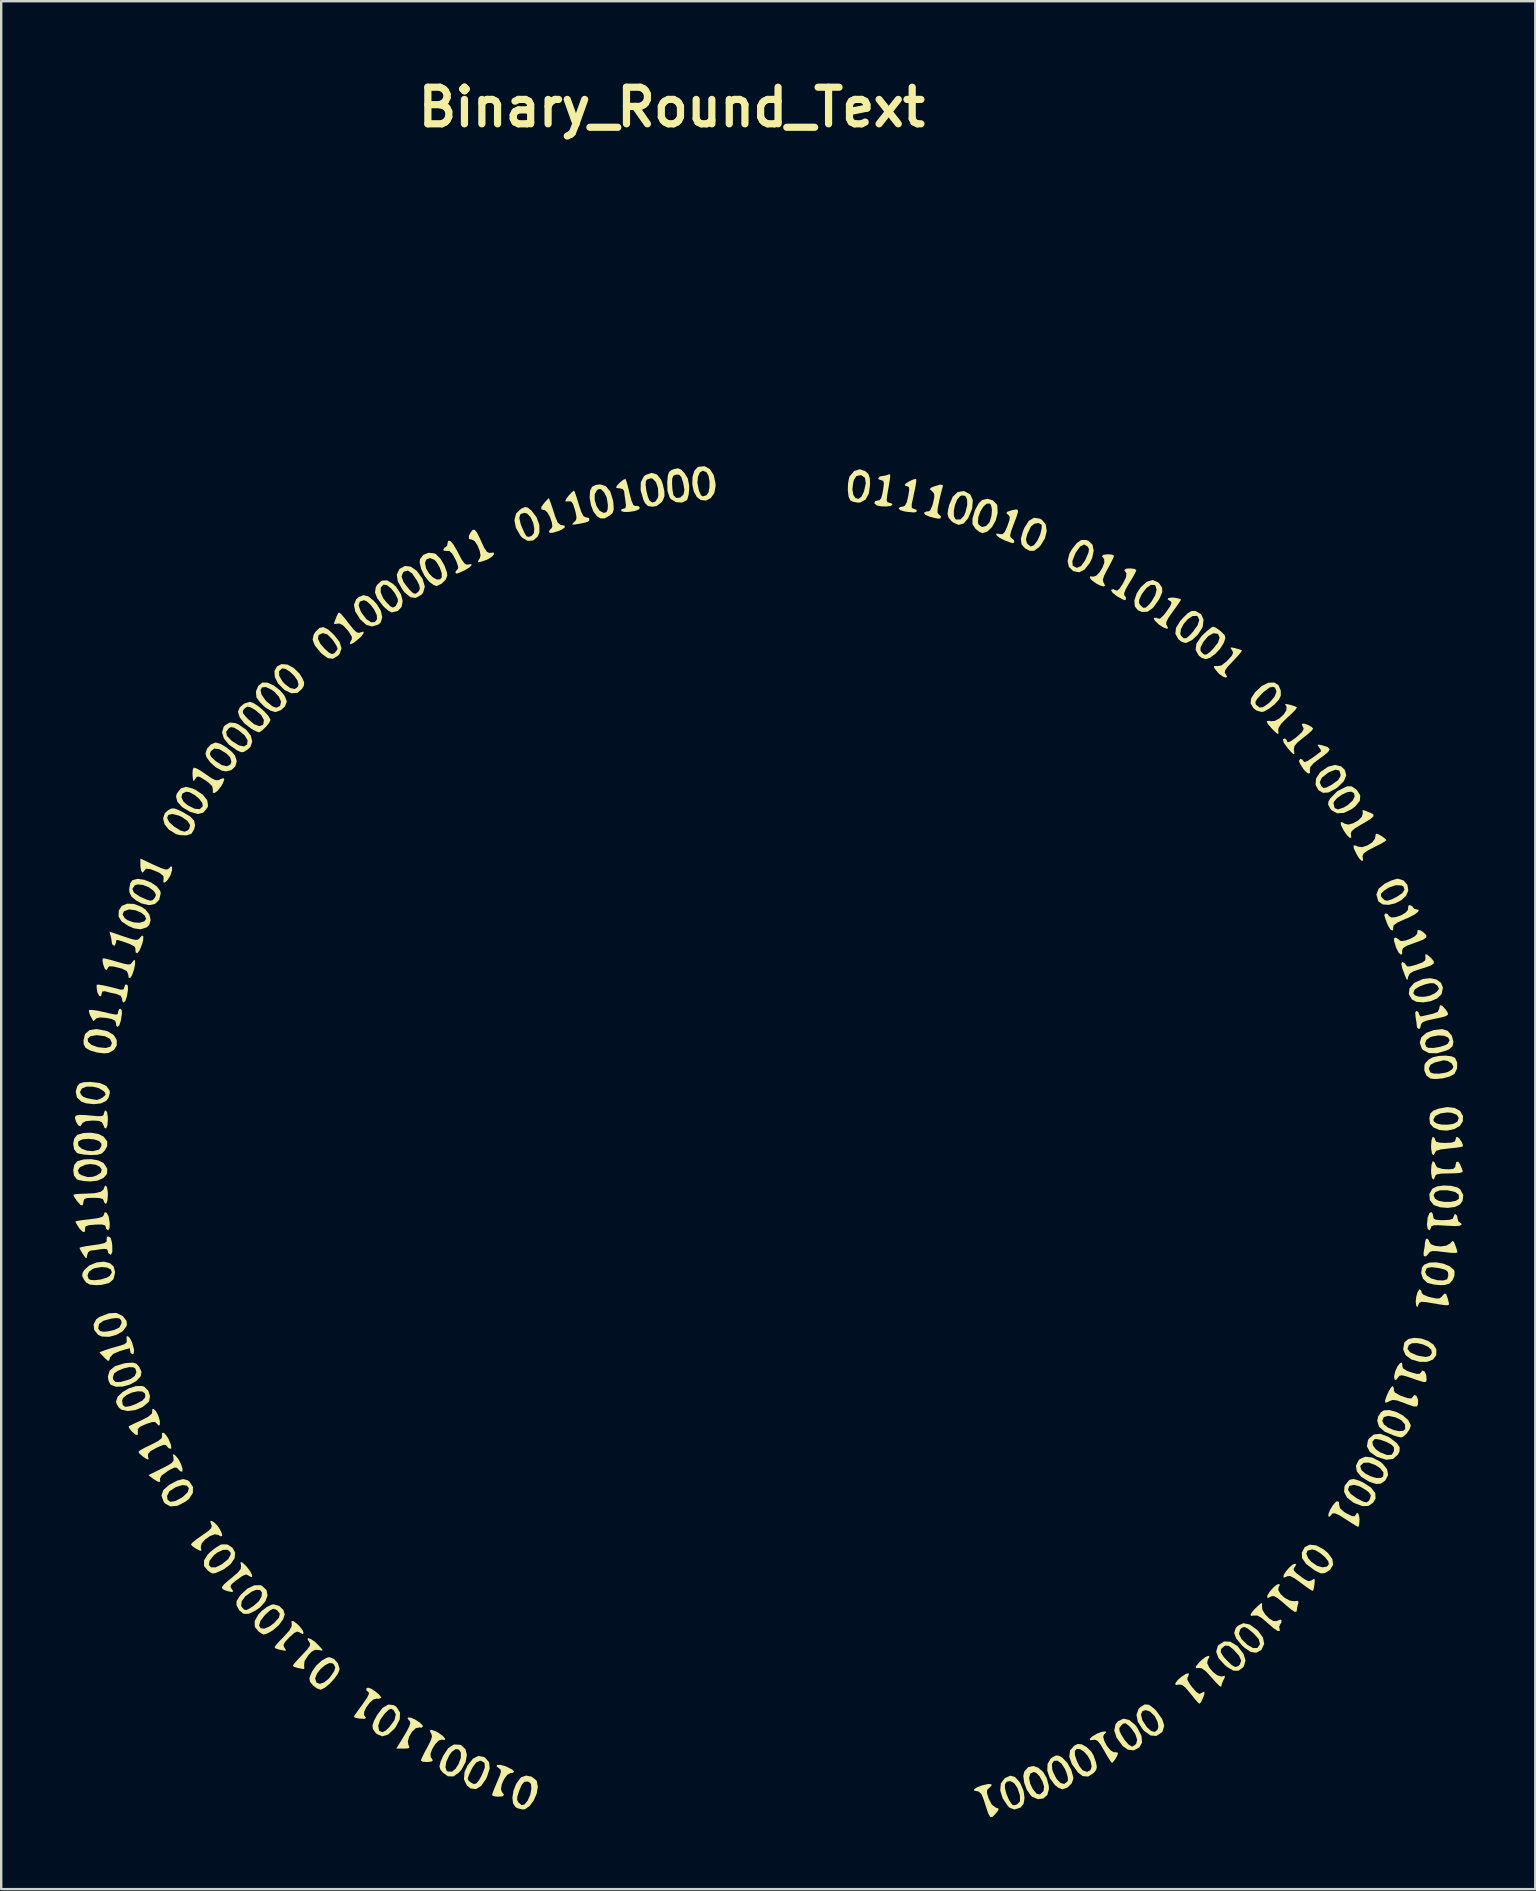
<source format=kicad_pcb>
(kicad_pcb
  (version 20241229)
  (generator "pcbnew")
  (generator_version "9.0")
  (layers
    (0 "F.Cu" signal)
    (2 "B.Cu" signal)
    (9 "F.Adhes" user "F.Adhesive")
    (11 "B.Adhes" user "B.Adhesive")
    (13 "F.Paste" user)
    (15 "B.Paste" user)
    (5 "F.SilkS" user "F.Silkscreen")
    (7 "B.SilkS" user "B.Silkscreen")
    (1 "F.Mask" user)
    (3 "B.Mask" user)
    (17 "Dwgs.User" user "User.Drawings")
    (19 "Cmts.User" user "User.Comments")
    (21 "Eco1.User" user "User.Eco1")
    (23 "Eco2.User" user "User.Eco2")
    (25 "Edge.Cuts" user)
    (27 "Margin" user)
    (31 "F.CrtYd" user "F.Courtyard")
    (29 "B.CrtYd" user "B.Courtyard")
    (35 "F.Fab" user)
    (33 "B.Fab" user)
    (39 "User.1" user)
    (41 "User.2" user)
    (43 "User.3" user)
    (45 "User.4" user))
  (footprint "Binary_Round_Text"
    (layer "F.Cu")
    (at 29.81 43.887)
    (property "Reference" "Binary_Round_Text" (at -4.877 -42.469 0) (layer "F.SilkS") (effects (font (size 1.524 1.524) (thickness 0.3))))
    (attr board_only exclude_from_pos_files exclude_from_bom)
    (fp_poly (pts (xy -15.74 24.613) (xy -15.557 24.696) (xy -15.375 24.816) (xy -15.258 24.933) (xy -15.243 24.975) (xy -15.308 25.031) (xy -15.391 25.021) (xy -15.541 25.052) (xy -15.693 25.195) (xy -15.815 25.397) (xy -15.873 25.605) (xy -15.846 25.748) (xy -15.801 25.85) (xy -15.861 25.893) (xy -16.052 25.902) (xy -16.353 25.902) (xy -16.132 25.542) (xy -15.929 25.204) (xy -15.811 24.978) (xy -15.768 24.837) (xy -15.79 24.754) (xy -15.829 24.721) (xy -15.885 24.638) (xy -15.86 24.605)) (stroke (width 0) (type solid)) (fill yes) (layer "F.SilkS"))
    (fp_poly (pts (xy 20.867 -17.581) (xy 21.059 -17.524) (xy 21.163 -17.475) (xy 21.127 -17.402) (xy 20.989 -17.253) (xy 20.783 -17.062) (xy 20.521 -16.807) (xy 20.397 -16.616) (xy 20.386 -16.52) (xy 20.396 -16.387) (xy 20.355 -16.366) (xy 20.24 -16.463) (xy 20.121 -16.584) (xy 19.945 -16.79) (xy 19.906 -16.899) (xy 20.005 -16.912) (xy 20.071 -16.894) (xy 20.243 -16.907) (xy 20.437 -17.013) (xy 20.61 -17.173) (xy 20.722 -17.346) (xy 20.733 -17.493) (xy 20.717 -17.518) (xy 20.667 -17.6) (xy 20.734 -17.611)) (stroke (width 0) (type solid)) (fill yes) (layer "F.SilkS"))
    (fp_poly (pts (xy 24.565 -12.182) (xy 24.717 -12.094) (xy 24.848 -11.994) (xy 24.889 -11.939) (xy 24.818 -11.881) (xy 24.634 -11.775) (xy 24.376 -11.645) (xy 24.09 -11.496) (xy 23.939 -11.38) (xy 23.897 -11.278) (xy 23.902 -11.249) (xy 23.918 -11.095) (xy 23.863 -11.075) (xy 23.757 -11.18) (xy 23.648 -11.354) (xy 23.531 -11.602) (xy 23.524 -11.722) (xy 23.626 -11.713) (xy 23.702 -11.671) (xy 23.876 -11.648) (xy 24.094 -11.717) (xy 24.295 -11.846) (xy 24.414 -12) (xy 24.424 -12.054) (xy 24.446 -12.185) (xy 24.466 -12.211)) (stroke (width 0) (type solid)) (fill yes) (layer "F.SilkS"))
    (fp_poly (pts (xy -28.401 -0.607) (xy -28.37 -0.416) (xy -28.366 -0.302) (xy -28.387 -0.057) (xy -28.437 0.067) (xy -28.501 0.053) (xy -28.56 -0.09) (xy -28.62 -0.198) (xy -28.757 -0.248) (xy -28.996 -0.26) (xy -29.283 -0.235) (xy -29.424 -0.157) (xy -29.437 -0.133) (xy -29.514 -0.018) (xy -29.605 -0.064) (xy -29.692 -0.218) (xy -29.743 -0.372) (xy -29.707 -0.462) (xy -29.561 -0.497) (xy -29.283 -0.487) (xy -29.084 -0.468) (xy -28.786 -0.442) (xy -28.619 -0.446) (xy -28.548 -0.487) (xy -28.536 -0.546) (xy -28.493 -0.665) (xy -28.451 -0.683)) (stroke (width 0) (type solid)) (fill yes) (layer "F.SilkS"))
    (fp_poly (pts (xy -25.605 13.652) (xy -25.554 13.692) (xy -25.432 13.838) (xy -25.325 14.039) (xy -25.259 14.233) (xy -25.261 14.357) (xy -25.266 14.363) (xy -25.351 14.35) (xy -25.425 14.276) (xy -25.501 14.2) (xy -25.597 14.197) (xy -25.762 14.275) (xy -25.886 14.349) (xy -26.125 14.523) (xy -26.2 14.661) (xy -26.195 14.686) (xy -26.189 14.793) (xy -26.291 14.783) (xy -26.485 14.659) (xy -26.677 14.511) (xy -26.132 14.242) (xy -25.847 14.094) (xy -25.689 13.987) (xy -25.628 13.892) (xy -25.635 13.782) (xy -25.636 13.778) (xy -25.659 13.646)) (stroke (width 0) (type solid)) (fill yes) (layer "F.SilkS"))
    (fp_poly (pts (xy -19.911 21.337) (xy -19.754 21.444) (xy -19.638 21.551) (xy -19.471 21.728) (xy -19.416 21.809) (xy -19.464 21.82) (xy -19.57 21.796) (xy -19.74 21.786) (xy -19.891 21.876) (xy -20.017 22.011) (xy -20.175 22.259) (xy -20.193 22.44) (xy -20.181 22.564) (xy -20.212 22.589) (xy -20.343 22.565) (xy -20.471 22.54) (xy -20.62 22.491) (xy -20.662 22.449) (xy -20.607 22.365) (xy -20.463 22.199) (xy -20.267 21.993) (xy -20.056 21.767) (xy -19.954 21.619) (xy -19.945 21.518) (xy -19.975 21.469) (xy -20.053 21.342) (xy -20.021 21.3)) (stroke (width 0) (type solid)) (fill yes) (layer "F.SilkS"))
    (fp_poly (pts (xy -14.735 25.169) (xy -14.601 25.24) (xy -14.413 25.374) (xy -14.32 25.484) (xy -14.335 25.543) (xy -14.46 25.528) (xy -14.587 25.567) (xy -14.728 25.713) (xy -14.852 25.913) (xy -14.926 26.113) (xy -14.918 26.258) (xy -14.906 26.273) (xy -14.828 26.384) (xy -14.889 26.442) (xy -15.074 26.462) (xy -15.252 26.447) (xy -15.328 26.398) (xy -15.328 26.397) (xy -15.289 26.289) (xy -15.188 26.083) (xy -15.065 25.857) (xy -14.918 25.573) (xy -14.864 25.392) (xy -14.892 25.282) (xy -14.895 25.279) (xy -14.96 25.157) (xy -14.899 25.119)) (stroke (width 0) (type solid)) (fill yes) (layer "F.SilkS"))
    (fp_poly (pts (xy -11.834 26.625) (xy -11.772 26.65) (xy -11.536 26.767) (xy -11.441 26.858) (xy -11.494 26.91) (xy -11.59 26.918) (xy -11.727 26.99) (xy -11.858 27.164) (xy -11.956 27.383) (xy -11.993 27.585) (xy -11.955 27.7) (xy -11.865 27.825) (xy -11.921 27.889) (xy -12.11 27.906) (xy -12.289 27.886) (xy -12.364 27.839) (xy -12.364 27.838) (xy -12.333 27.73) (xy -12.249 27.517) (xy -12.15 27.285) (xy -12.037 27.015) (xy -11.993 26.857) (xy -12.013 26.77) (xy -12.067 26.727) (xy -12.178 26.637) (xy -12.154 26.585) (xy -12.029 26.578)) (stroke (width 0) (type solid)) (fill yes) (layer "F.SilkS"))
    (fp_poly (pts (xy -9.92 -25.985) (xy -9.845 -25.769) (xy -9.756 -25.492) (xy -9.735 -25.422) (xy -9.631 -25.172) (xy -9.51 -25.072) (xy -9.472 -25.067) (xy -9.335 -25.036) (xy -9.34 -24.96) (xy -9.474 -24.866) (xy -9.583 -24.821) (xy -9.831 -24.745) (xy -9.957 -24.739) (xy -9.994 -24.801) (xy -9.994 -24.806) (xy -9.927 -24.902) (xy -9.896 -24.916) (xy -9.851 -25.007) (xy -9.875 -25.186) (xy -9.948 -25.395) (xy -10.049 -25.579) (xy -10.157 -25.683) (xy -10.193 -25.69) (xy -10.316 -25.721) (xy -10.3 -25.839) (xy -10.166 -26.015) (xy -9.999 -26.194)) (stroke (width 0) (type solid)) (fill yes) (layer "F.SilkS"))
    (fp_poly (pts (xy 8.438 27.384) (xy 8.439 27.451) (xy 8.349 27.534) (xy 8.263 27.619) (xy 8.25 27.734) (xy 8.307 27.937) (xy 8.321 27.975) (xy 8.453 28.235) (xy 8.613 28.356) (xy 8.731 28.396) (xy 8.73 28.463) (xy 8.634 28.59) (xy 8.488 28.745) (xy 8.393 28.755) (xy 8.314 28.621) (xy 8.3 28.585) (xy 8.228 28.378) (xy 8.142 28.107) (xy 8.12 28.035) (xy 8.016 27.785) (xy 7.895 27.685) (xy 7.857 27.68) (xy 7.718 27.654) (xy 7.722 27.589) (xy 7.857 27.504) (xy 8.048 27.434) (xy 8.302 27.376)) (stroke (width 0) (type solid)) (fill yes) (layer "F.SilkS"))
    (fp_poly (pts (xy 13.468 -23.833) (xy 13.543 -23.785) (xy 13.544 -23.784) (xy 13.505 -23.676) (xy 13.403 -23.47) (xy 13.281 -23.244) (xy 13.136 -22.966) (xy 13.08 -22.79) (xy 13.102 -22.679) (xy 13.115 -22.66) (xy 13.175 -22.543) (xy 13.11 -22.507) (xy 12.948 -22.556) (xy 12.803 -22.632) (xy 12.62 -22.765) (xy 12.534 -22.874) (xy 12.556 -22.931) (xy 12.676 -22.915) (xy 12.802 -22.954) (xy 12.944 -23.1) (xy 13.068 -23.3) (xy 13.142 -23.5) (xy 13.133 -23.645) (xy 13.122 -23.66) (xy 13.043 -23.771) (xy 13.105 -23.829) (xy 13.29 -23.849)) (stroke (width 0) (type solid)) (fill yes) (layer "F.SilkS"))
    (fp_poly (pts (xy 19.713 19.905) (xy 19.704 19.947) (xy 19.727 20.121) (xy 19.842 20.312) (xy 20.008 20.481) (xy 20.185 20.587) (xy 20.33 20.589) (xy 20.348 20.577) (xy 20.477 20.525) (xy 20.522 20.558) (xy 20.513 20.67) (xy 20.482 20.698) (xy 20.424 20.814) (xy 20.434 20.87) (xy 20.453 20.999) (xy 20.369 21.004) (xy 20.192 20.89) (xy 19.955 20.683) (xy 19.7 20.462) (xy 19.518 20.36) (xy 19.385 20.357) (xy 19.245 20.373) (xy 19.237 20.296) (xy 19.359 20.135) (xy 19.482 20.013) (xy 19.645 19.867) (xy 19.713 19.834)) (stroke (width 0) (type solid)) (fill yes) (layer "F.SilkS"))
    (fp_poly (pts (xy -26.453 -10.911) (xy -26.151 -10.778) (xy -25.964 -10.719) (xy -25.861 -10.727) (xy -25.822 -10.765) (xy -25.737 -10.856) (xy -25.692 -10.818) (xy -25.694 -10.687) (xy -25.749 -10.502) (xy -25.768 -10.461) (xy -25.879 -10.278) (xy -25.984 -10.178) (xy -26.053 -10.175) (xy -26.053 -10.287) (xy -26.043 -10.319) (xy -26.053 -10.446) (xy -26.192 -10.562) (xy -26.294 -10.616) (xy -26.586 -10.73) (xy -26.774 -10.751) (xy -26.842 -10.676) (xy -26.842 -10.674) (xy -26.907 -10.592) (xy -26.927 -10.589) (xy -26.983 -10.664) (xy -27.011 -10.846) (xy -27.012 -10.881) (xy -27.012 -11.173)) (stroke (width 0) (type solid)) (fill yes) (layer "F.SilkS"))
    (fp_poly (pts (xy -24.692 -14.937) (xy -24.504 -14.832) (xy -24.291 -14.687) (xy -24.038 -14.513) (xy -23.873 -14.437) (xy -23.754 -14.442) (xy -23.709 -14.465) (xy -23.558 -14.527) (xy -23.515 -14.468) (xy -23.581 -14.297) (xy -23.651 -14.18) (xy -23.8 -13.991) (xy -23.925 -13.901) (xy -23.997 -13.92) (xy -23.992 -14.045) (xy -24.019 -14.186) (xy -24.184 -14.348) (xy -24.293 -14.425) (xy -24.501 -14.555) (xy -24.617 -14.595) (xy -24.687 -14.553) (xy -24.72 -14.504) (xy -24.782 -14.408) (xy -24.814 -14.42) (xy -24.833 -14.567) (xy -24.842 -14.681) (xy -24.833 -14.868) (xy -24.791 -14.962)) (stroke (width 0) (type solid)) (fill yes) (layer "F.SilkS"))
    (fp_poly (pts (xy -23.951 16.468) (xy -23.818 16.597) (xy -23.736 16.708) (xy -23.627 16.915) (xy -23.606 17.041) (xy -23.672 17.061) (xy -23.766 17.001) (xy -23.914 16.975) (xy -24.112 17.049) (xy -24.31 17.186) (xy -24.456 17.351) (xy -24.499 17.507) (xy -24.497 17.517) (xy -24.47 17.642) (xy -24.507 17.667) (xy -24.646 17.6) (xy -24.71 17.565) (xy -24.857 17.463) (xy -24.907 17.394) (xy -24.843 17.318) (xy -24.673 17.182) (xy -24.443 17.021) (xy -24.192 16.844) (xy -24.065 16.721) (xy -24.038 16.623) (xy -24.06 16.566) (xy -24.105 16.438) (xy -24.058 16.411)) (stroke (width 0) (type solid)) (fill yes) (layer "F.SilkS"))
    (fp_poly (pts (xy -18.652 -21.36) (xy -18.51 -21.195) (xy -18.333 -20.969) (xy -18.139 -20.723) (xy -18.004 -20.599) (xy -17.899 -20.574) (xy -17.847 -20.593) (xy -17.724 -20.629) (xy -17.711 -20.568) (xy -17.803 -20.438) (xy -17.889 -20.353) (xy -18.115 -20.169) (xy -18.253 -20.099) (xy -18.291 -20.135) (xy -18.238 -20.255) (xy -18.208 -20.291) (xy -18.203 -20.413) (xy -18.334 -20.627) (xy -18.386 -20.692) (xy -18.575 -20.892) (xy -18.723 -20.965) (xy -18.818 -20.955) (xy -18.939 -20.94) (xy -18.936 -21.015) (xy -18.862 -21.197) (xy -18.832 -21.278) (xy -18.763 -21.402) (xy -18.726 -21.424)) (stroke (width 0) (type solid)) (fill yes) (layer "F.SilkS"))
    (fp_poly (pts (xy -17.398 23.408) (xy -17.229 23.517) (xy -17.074 23.647) (xy -16.985 23.757) (xy -16.982 23.791) (xy -17.086 23.828) (xy -17.169 23.819) (xy -17.308 23.857) (xy -17.465 23.996) (xy -17.605 24.185) (xy -17.693 24.375) (xy -17.692 24.516) (xy -17.679 24.533) (xy -17.614 24.628) (xy -17.684 24.663) (xy -17.889 24.65) (xy -18.058 24.616) (xy -18.122 24.581) (xy -18.075 24.498) (xy -17.95 24.319) (xy -17.775 24.081) (xy -17.762 24.064) (xy -17.569 23.785) (xy -17.488 23.611) (xy -17.508 23.553) (xy -17.602 23.474) (xy -17.593 23.386) (xy -17.526 23.362)) (stroke (width 0) (type solid)) (fill yes) (layer "F.SilkS"))
    (fp_poly (pts (xy -12.99 -24.752) (xy -12.863 -24.494) (xy -12.814 -24.384) (xy -12.68 -24.099) (xy -12.575 -23.949) (xy -12.477 -23.904) (xy -12.435 -23.91) (xy -12.297 -23.919) (xy -12.277 -23.858) (xy -12.357 -23.758) (xy -12.519 -23.65) (xy -12.618 -23.605) (xy -12.823 -23.537) (xy -12.944 -23.521) (xy -12.957 -23.533) (xy -12.905 -23.641) (xy -12.873 -23.679) (xy -12.842 -23.81) (xy -12.884 -24.012) (xy -12.974 -24.227) (xy -13.088 -24.395) (xy -13.199 -24.458) (xy -13.204 -24.458) (xy -13.327 -24.485) (xy -13.329 -24.616) (xy -13.263 -24.75) (xy -13.171 -24.864) (xy -13.086 -24.87)) (stroke (width 0) (type solid)) (fill yes) (layer "F.SilkS"))
    (fp_poly (pts (xy 17.524 22.072) (xy 17.46 22.192) (xy 17.446 22.21) (xy 17.428 22.348) (xy 17.515 22.53) (xy 17.668 22.712) (xy 17.848 22.849) (xy 18.016 22.897) (xy 18.049 22.891) (xy 18.16 22.869) (xy 18.16 22.934) (xy 18.108 23.037) (xy 18.037 23.193) (xy 18.024 23.263) (xy 18.006 23.33) (xy 17.937 23.291) (xy 17.793 23.149) (xy 17.606 22.937) (xy 17.605 22.936) (xy 17.367 22.678) (xy 17.192 22.555) (xy 17.086 22.544) (xy 16.953 22.552) (xy 16.96 22.47) (xy 17.106 22.296) (xy 17.183 22.22) (xy 17.353 22.087) (xy 17.477 22.037)) (stroke (width 0) (type solid)) (fill yes) (layer "F.SilkS"))
    (fp_poly (pts (xy 22.222 -15.889) (xy 22.444 -15.818) (xy 22.527 -15.734) (xy 22.468 -15.617) (xy 22.265 -15.448) (xy 22.142 -15.362) (xy 21.862 -15.148) (xy 21.722 -14.989) (xy 21.704 -14.886) (xy 21.71 -14.733) (xy 21.634 -14.712) (xy 21.5 -14.822) (xy 21.431 -14.907) (xy 21.309 -15.094) (xy 21.249 -15.23) (xy 21.248 -15.242) (xy 21.297 -15.325) (xy 21.39 -15.299) (xy 21.439 -15.225) (xy 21.49 -15.193) (xy 21.612 -15.241) (xy 21.823 -15.379) (xy 22.141 -15.617) (xy 22.17 -15.639) (xy 22.151 -15.715) (xy 22.086 -15.808) (xy 22.021 -15.903) (xy 22.071 -15.921)) (stroke (width 0) (type solid)) (fill yes) (layer "F.SilkS"))
    (fp_poly (pts (xy 23.97 -13.182) (xy 24.151 -13.107) (xy 24.233 -13.077) (xy 24.351 -13.013) (xy 24.353 -12.932) (xy 24.226 -12.818) (xy 23.959 -12.655) (xy 23.873 -12.608) (xy 23.593 -12.441) (xy 23.446 -12.316) (xy 23.407 -12.211) (xy 23.413 -12.179) (xy 23.429 -12.048) (xy 23.368 -12.038) (xy 23.256 -12.136) (xy 23.12 -12.329) (xy 23.116 -12.335) (xy 23.003 -12.56) (xy 22.985 -12.683) (xy 23.059 -12.687) (xy 23.148 -12.626) (xy 23.304 -12.589) (xy 23.512 -12.645) (xy 23.717 -12.763) (xy 23.868 -12.912) (xy 23.91 -13.06) (xy 23.907 -13.07) (xy 23.895 -13.187)) (stroke (width 0) (type solid)) (fill yes) (layer "F.SilkS"))
    (fp_poly (pts (xy 25.161 10.8) (xy 25.207 10.909) (xy 25.196 10.962) (xy 25.242 11.067) (xy 25.45 11.187) (xy 25.544 11.225) (xy 25.798 11.308) (xy 25.932 11.313) (xy 25.97 11.272) (xy 26.048 11.17) (xy 26.139 11.203) (xy 26.202 11.348) (xy 26.21 11.424) (xy 26.204 11.58) (xy 26.149 11.652) (xy 26.016 11.646) (xy 25.775 11.563) (xy 25.609 11.497) (xy 25.333 11.399) (xy 25.155 11.378) (xy 25.029 11.423) (xy 24.892 11.487) (xy 24.839 11.487) (xy 24.839 11.391) (xy 24.896 11.216) (xy 24.986 11.021) (xy 25.08 10.862) (xy 25.153 10.798)) (stroke (width 0) (type solid)) (fill yes) (layer "F.SilkS"))
    (fp_poly (pts (xy 26.307 -8.184) (xy 26.434 -8.101) (xy 26.552 -7.984) (xy 26.551 -7.886) (xy 26.414 -7.791) (xy 26.129 -7.682) (xy 26.053 -7.657) (xy 25.745 -7.543) (xy 25.584 -7.444) (xy 25.547 -7.35) (xy 25.547 -7.196) (xy 25.488 -7.172) (xy 25.396 -7.262) (xy 25.3 -7.453) (xy 25.283 -7.499) (xy 25.212 -7.733) (xy 25.205 -7.847) (xy 25.261 -7.88) (xy 25.268 -7.88) (xy 25.394 -7.819) (xy 25.415 -7.782) (xy 25.507 -7.735) (xy 25.684 -7.759) (xy 25.891 -7.832) (xy 26.072 -7.933) (xy 26.172 -8.041) (xy 26.176 -8.079) (xy 26.192 -8.2)) (stroke (width 0) (type solid)) (fill yes) (layer "F.SilkS"))
    (fp_poly (pts (xy 27.921 0.48) (xy 28.018 0.617) (xy 28.079 0.756) (xy 28.074 0.816) (xy 27.974 0.845) (xy 27.753 0.877) (xy 27.476 0.904) (xy 27.144 0.944) (xy 26.965 1.001) (xy 26.921 1.064) (xy 26.871 1.169) (xy 26.836 1.18) (xy 26.786 1.104) (xy 26.755 0.912) (xy 26.752 0.799) (xy 26.768 0.571) (xy 26.811 0.435) (xy 26.836 0.418) (xy 26.911 0.486) (xy 26.921 0.545) (xy 26.966 0.624) (xy 27.123 0.663) (xy 27.344 0.672) (xy 27.61 0.658) (xy 27.74 0.611) (xy 27.768 0.545) (xy 27.802 0.432) (xy 27.832 0.418)) (stroke (width 0) (type solid)) (fill yes) (layer "F.SilkS"))
    (fp_poly (pts (xy -27.791 -4.871) (xy -27.78 -4.716) (xy -27.825 -4.428) (xy -27.827 -4.419) (xy -27.89 -4.23) (xy -27.964 -4.157) (xy -28.017 -4.214) (xy -28.028 -4.314) (xy -28.066 -4.422) (xy -28.207 -4.491) (xy -28.421 -4.533) (xy -28.698 -4.556) (xy -28.848 -4.517) (xy -28.882 -4.481) (xy -28.955 -4.405) (xy -28.976 -4.411) (xy -29.115 -4.659) (xy -29.161 -4.822) (xy -29.142 -4.866) (xy -29.029 -4.87) (xy -28.805 -4.838) (xy -28.572 -4.788) (xy -28.254 -4.714) (xy -28.067 -4.678) (xy -27.976 -4.682) (xy -27.946 -4.725) (xy -27.943 -4.789) (xy -27.897 -4.902) (xy -27.858 -4.916)) (stroke (width 0) (type solid)) (fill yes) (layer "F.SilkS"))
    (fp_poly (pts (xy -27.445 8.807) (xy -27.359 8.981) (xy -27.276 9.283) (xy -27.289 9.445) (xy -27.35 9.477) (xy -27.426 9.408) (xy -27.435 9.35) (xy -27.447 9.238) (xy -27.456 9.224) (xy -27.542 9.247) (xy -27.737 9.303) (xy -27.857 9.339) (xy -28.141 9.458) (xy -28.273 9.606) (xy -28.28 9.63) (xy -28.317 9.744) (xy -28.373 9.745) (xy -28.495 9.63) (xy -28.523 9.601) (xy -28.721 9.394) (xy -28.495 9.308) (xy -28.265 9.232) (xy -27.977 9.149) (xy -27.904 9.13) (xy -27.676 9.058) (xy -27.582 8.979) (xy -27.582 8.877) (xy -27.591 8.738) (xy -27.534 8.721)) (stroke (width 0) (type solid)) (fill yes) (layer "F.SilkS"))
    (fp_poly (pts (xy -26.36 11.852) (xy -26.264 12.036) (xy -26.262 12.04) (xy -26.203 12.252) (xy -26.199 12.4) (xy -26.242 12.451) (xy -26.326 12.37) (xy -26.332 12.36) (xy -26.401 12.297) (xy -26.524 12.3) (xy -26.747 12.373) (xy -26.784 12.387) (xy -27.017 12.491) (xy -27.118 12.587) (xy -27.12 12.698) (xy -27.116 12.832) (xy -27.201 12.834) (xy -27.357 12.703) (xy -27.379 12.68) (xy -27.482 12.546) (xy -27.501 12.478) (xy -27.413 12.43) (xy -27.214 12.335) (xy -26.983 12.231) (xy -26.693 12.082) (xy -26.54 11.955) (xy -26.521 11.895) (xy -26.52 11.764) (xy -26.456 11.755)) (stroke (width 0) (type solid)) (fill yes) (layer "F.SilkS"))
    (fp_poly (pts (xy -25.999 12.775) (xy -25.885 12.927) (xy -25.83 13.025) (xy -25.742 13.24) (xy -25.722 13.384) (xy -25.737 13.411) (xy -25.837 13.391) (xy -25.891 13.325) (xy -25.953 13.253) (xy -26.051 13.249) (xy -26.23 13.319) (xy -26.351 13.377) (xy -26.589 13.511) (xy -26.692 13.625) (xy -26.695 13.722) (xy -26.672 13.843) (xy -26.717 13.858) (xy -26.86 13.77) (xy -26.906 13.738) (xy -27.046 13.619) (xy -27.096 13.542) (xy -27.025 13.478) (xy -26.839 13.372) (xy -26.582 13.249) (xy -26.274 13.091) (xy -26.125 12.968) (xy -26.113 12.901) (xy -26.11 12.769) (xy -26.08 12.736)) (stroke (width 0) (type solid)) (fill yes) (layer "F.SilkS"))
    (fp_poly (pts (xy -20.473 20.715) (xy -20.38 20.807) (xy -20.253 20.973) (xy -20.212 21.093) (xy -20.255 21.134) (xy -20.382 21.063) (xy -20.384 21.061) (xy -20.482 21.025) (xy -20.61 21.088) (xy -20.806 21.266) (xy -20.809 21.268) (xy -20.986 21.459) (xy -21.051 21.582) (xy -21.025 21.68) (xy -21.005 21.706) (xy -20.947 21.806) (xy -20.969 21.827) (xy -21.105 21.803) (xy -21.233 21.778) (xy -21.382 21.727) (xy -21.424 21.681) (xy -21.368 21.594) (xy -21.222 21.428) (xy -21.043 21.245) (xy -20.808 20.987) (xy -20.708 20.801) (xy -20.71 20.72) (xy -20.72 20.591) (xy -20.637 20.591)) (stroke (width 0) (type solid)) (fill yes) (layer "F.SilkS"))
    (fp_poly (pts (xy 14.399 -23.239) (xy 14.475 -23.187) (xy 14.475 -23.186) (xy 14.432 -23.081) (xy 14.321 -22.88) (xy 14.182 -22.653) (xy 14.042 -22.41) (xy 13.967 -22.226) (xy 13.97 -22.144) (xy 14.043 -22.047) (xy 14.033 -21.954) (xy 13.988 -21.936) (xy 13.882 -21.979) (xy 13.698 -22.083) (xy 13.649 -22.114) (xy 13.486 -22.244) (xy 13.42 -22.351) (xy 13.424 -22.37) (xy 13.521 -22.397) (xy 13.586 -22.358) (xy 13.675 -22.333) (xy 13.78 -22.423) (xy 13.914 -22.627) (xy 14.044 -22.889) (xy 14.063 -23.048) (xy 14.049 -23.072) (xy 13.972 -23.188) (xy 14.045 -23.247) (xy 14.221 -23.261)) (stroke (width 0) (type solid)) (fill yes) (layer "F.SilkS"))
    (fp_poly (pts (xy 16.665 22.781) (xy 16.636 22.904) (xy 16.606 22.93) (xy 16.598 23.027) (xy 16.705 23.219) (xy 16.795 23.339) (xy 16.977 23.546) (xy 17.098 23.622) (xy 17.17 23.596) (xy 17.276 23.535) (xy 17.309 23.543) (xy 17.306 23.638) (xy 17.25 23.802) (xy 17.172 23.959) (xy 17.104 24.035) (xy 17.1 24.035) (xy 17.03 23.972) (xy 16.89 23.81) (xy 16.731 23.61) (xy 16.526 23.366) (xy 16.376 23.249) (xy 16.253 23.235) (xy 16.244 23.238) (xy 16.11 23.251) (xy 16.099 23.178) (xy 16.204 23.04) (xy 16.359 22.905) (xy 16.541 22.787) (xy 16.651 22.765)) (stroke (width 0) (type solid)) (fill yes) (layer "F.SilkS"))
    (fp_poly (pts (xy 18.588 -19.938) (xy 18.775 -19.886) (xy 18.872 -19.846) (xy 18.837 -19.775) (xy 18.707 -19.619) (xy 18.511 -19.41) (xy 18.499 -19.397) (xy 18.283 -19.168) (xy 18.176 -19.019) (xy 18.158 -18.918) (xy 18.197 -18.848) (xy 18.255 -18.74) (xy 18.206 -18.709) (xy 18.088 -18.75) (xy 17.939 -18.853) (xy 17.876 -18.913) (xy 17.726 -19.1) (xy 17.709 -19.195) (xy 17.825 -19.194) (xy 17.845 -19.188) (xy 18.016 -19.217) (xy 18.246 -19.397) (xy 18.281 -19.433) (xy 18.448 -19.62) (xy 18.505 -19.74) (xy 18.471 -19.839) (xy 18.453 -19.862) (xy 18.393 -19.952) (xy 18.45 -19.967)) (stroke (width 0) (type solid)) (fill yes) (layer "F.SilkS"))
    (fp_poly (pts (xy 20.463 19.071) (xy 20.405 19.167) (xy 20.388 19.3) (xy 20.485 19.464) (xy 20.654 19.62) (xy 20.855 19.732) (xy 21.046 19.763) (xy 21.068 19.759) (xy 21.21 19.746) (xy 21.228 19.818) (xy 21.217 19.851) (xy 21.169 20.042) (xy 21.164 20.109) (xy 21.144 20.201) (xy 21.072 20.205) (xy 20.927 20.111) (xy 20.688 19.909) (xy 20.619 19.847) (xy 20.375 19.643) (xy 20.215 19.549) (xy 20.11 19.552) (xy 20.087 19.567) (xy 19.967 19.623) (xy 19.924 19.611) (xy 19.935 19.518) (xy 20.031 19.364) (xy 20.171 19.202) (xy 20.312 19.081) (xy 20.391 19.049)) (stroke (width 0) (type solid)) (fill yes) (layer "F.SilkS"))
    (fp_poly (pts (xy 21.644 -16.732) (xy 21.789 -16.647) (xy 21.84 -16.581) (xy 21.778 -16.501) (xy 21.616 -16.355) (xy 21.42 -16.2) (xy 21.179 -16.002) (xy 21.06 -15.856) (xy 21.035 -15.725) (xy 21.04 -15.69) (xy 21.061 -15.542) (xy 21.021 -15.52) (xy 20.905 -15.628) (xy 20.79 -15.76) (xy 20.618 -15.997) (xy 20.578 -16.136) (xy 20.656 -16.177) (xy 20.738 -16.113) (xy 20.74 -16.092) (xy 20.774 -16.016) (xy 20.887 -16.048) (xy 21.095 -16.194) (xy 21.19 -16.271) (xy 21.384 -16.453) (xy 21.445 -16.578) (xy 21.421 -16.638) (xy 21.369 -16.753) (xy 21.38 -16.789) (xy 21.481 -16.791)) (stroke (width 0) (type solid)) (fill yes) (layer "F.SilkS"))
    (fp_poly (pts (xy 22.915 15.629) (xy 22.921 15.737) (xy 22.958 15.89) (xy 23.124 16.04) (xy 23.229 16.104) (xy 23.453 16.214) (xy 23.569 16.222) (xy 23.596 16.187) (xy 23.665 16.081) (xy 23.729 16.121) (xy 23.768 16.286) (xy 23.771 16.377) (xy 23.757 16.571) (xy 23.724 16.666) (xy 23.716 16.667) (xy 23.622 16.62) (xy 23.433 16.504) (xy 23.238 16.375) (xy 22.94 16.187) (xy 22.747 16.101) (xy 22.633 16.109) (xy 22.579 16.187) (xy 22.509 16.248) (xy 22.477 16.233) (xy 22.474 16.13) (xy 22.546 15.955) (xy 22.659 15.768) (xy 22.78 15.628) (xy 22.837 15.594)) (stroke (width 0) (type solid)) (fill yes) (layer "F.SilkS"))
    (fp_poly (pts (xy 25.557 9.89) (xy 25.551 9.946) (xy 25.582 10.06) (xy 25.74 10.161) (xy 25.901 10.222) (xy 26.153 10.292) (xy 26.282 10.286) (xy 26.31 10.252) (xy 26.388 10.153) (xy 26.481 10.189) (xy 26.548 10.336) (xy 26.558 10.408) (xy 26.565 10.55) (xy 26.541 10.624) (xy 26.453 10.634) (xy 26.27 10.583) (xy 25.957 10.475) (xy 25.957 10.475) (xy 25.681 10.384) (xy 25.521 10.35) (xy 25.434 10.372) (xy 25.38 10.441) (xy 25.286 10.551) (xy 25.226 10.523) (xy 25.213 10.388) (xy 25.261 10.178) (xy 25.351 9.983) (xy 25.45 9.854) (xy 25.528 9.816)) (stroke (width 0) (type solid)) (fill yes) (layer "F.SilkS"))
    (fp_poly (pts (xy 26.659 4.719) (xy 26.667 4.768) (xy 26.74 4.887) (xy 26.92 4.96) (xy 27.152 4.983) (xy 27.379 4.952) (xy 27.545 4.861) (xy 27.561 4.841) (xy 27.643 4.754) (xy 27.702 4.794) (xy 27.761 4.932) (xy 27.826 5.122) (xy 27.852 5.234) (xy 27.776 5.255) (xy 27.576 5.25) (xy 27.295 5.218) (xy 27.29 5.218) (xy 26.982 5.179) (xy 26.799 5.177) (xy 26.699 5.214) (xy 26.651 5.275) (xy 26.538 5.4) (xy 26.451 5.388) (xy 26.437 5.251) (xy 26.444 5.222) (xy 26.487 4.977) (xy 26.496 4.841) (xy 26.529 4.693) (xy 26.582 4.651)) (stroke (width 0) (type solid)) (fill yes) (layer "F.SilkS"))
    (fp_poly (pts (xy 26.913 1.501) (xy 26.921 1.551) (xy 26.998 1.686) (xy 27.231 1.758) (xy 27.478 1.772) (xy 27.679 1.752) (xy 27.759 1.675) (xy 27.768 1.603) (xy 27.807 1.457) (xy 27.893 1.457) (xy 27.969 1.582) (xy 28.042 1.768) (xy 28.071 1.836) (xy 28.053 1.894) (xy 27.919 1.927) (xy 27.645 1.941) (xy 27.521 1.942) (xy 27.196 1.949) (xy 27.01 1.975) (xy 26.93 2.027) (xy 26.921 2.069) (xy 26.875 2.181) (xy 26.836 2.196) (xy 26.786 2.12) (xy 26.755 1.928) (xy 26.752 1.815) (xy 26.768 1.587) (xy 26.811 1.451) (xy 26.836 1.434)) (stroke (width 0) (type solid)) (fill yes) (layer "F.SilkS"))
    (fp_poly (pts (xy 27.215 -5.046) (xy 27.365 -4.877) (xy 27.447 -4.753) (xy 27.456 -4.67) (xy 27.368 -4.609) (xy 27.16 -4.552) (xy 26.857 -4.49) (xy 26.558 -4.422) (xy 26.394 -4.353) (xy 26.332 -4.267) (xy 26.328 -4.228) (xy 26.291 -4.097) (xy 26.244 -4.07) (xy 26.167 -4.138) (xy 26.159 -4.186) (xy 26.143 -4.349) (xy 26.106 -4.567) (xy 26.092 -4.769) (xy 26.148 -4.832) (xy 26.232 -4.763) (xy 26.244 -4.699) (xy 26.301 -4.603) (xy 26.392 -4.608) (xy 26.579 -4.654) (xy 26.815 -4.705) (xy 27.023 -4.783) (xy 27.09 -4.915) (xy 27.09 -4.923) (xy 27.122 -5.063)) (stroke (width 0) (type solid)) (fill yes) (layer "F.SilkS"))
    (fp_poly (pts (xy -28.49 -7.01) (xy -28.284 -6.961) (xy -28.005 -6.882) (xy -27.993 -6.878) (xy -27.696 -6.793) (xy -27.519 -6.759) (xy -27.422 -6.774) (xy -27.365 -6.836) (xy -27.356 -6.85) (xy -27.273 -6.956) (xy -27.231 -6.916) (xy -27.238 -6.752) (xy -27.28 -6.544) (xy -27.359 -6.314) (xy -27.438 -6.198) (xy -27.498 -6.211) (xy -27.52 -6.352) (xy -27.578 -6.487) (xy -27.773 -6.586) (xy -27.837 -6.605) (xy -28.136 -6.677) (xy -28.304 -6.685) (xy -28.365 -6.629) (xy -28.366 -6.61) (xy -28.424 -6.528) (xy -28.441 -6.525) (xy -28.502 -6.596) (xy -28.559 -6.755) (xy -28.591 -6.923) (xy -28.578 -7.018)) (stroke (width 0) (type solid)) (fill yes) (layer "F.SilkS"))
    (fp_poly (pts (xy -28.401 2.525) (xy -28.37 2.717) (xy -28.366 2.831) (xy -28.383 3.058) (xy -28.426 3.194) (xy -28.451 3.212) (xy -28.526 3.143) (xy -28.536 3.085) (xy -28.581 3.005) (xy -28.738 2.966) (xy -28.959 2.958) (xy -29.213 2.966) (xy -29.34 3.004) (xy -29.381 3.088) (xy -29.382 3.127) (xy -29.413 3.271) (xy -29.505 3.258) (xy -29.657 3.088) (xy -29.658 3.087) (xy -29.764 2.927) (xy -29.806 2.836) (xy -29.729 2.809) (xy -29.533 2.791) (xy -29.361 2.787) (xy -28.932 2.767) (xy -28.661 2.707) (xy -28.543 2.606) (xy -28.536 2.567) (xy -28.487 2.46) (xy -28.451 2.45)) (stroke (width 0) (type solid)) (fill yes) (layer "F.SilkS"))
    (fp_poly (pts (xy -27.713 -7.93) (xy -27.407 -7.83) (xy -27.221 -7.786) (xy -27.115 -7.793) (xy -27.05 -7.848) (xy -27.036 -7.869) (xy -26.94 -7.969) (xy -26.89 -7.931) (xy -26.896 -7.778) (xy -26.938 -7.618) (xy -27.045 -7.348) (xy -27.136 -7.234) (xy -27.202 -7.252) (xy -27.224 -7.367) (xy -27.212 -7.413) (xy -27.26 -7.51) (xy -27.464 -7.619) (xy -27.572 -7.658) (xy -27.83 -7.746) (xy -27.967 -7.782) (xy -28.02 -7.768) (xy -28.028 -7.705) (xy -28.028 -7.668) (xy -28.074 -7.555) (xy -28.112 -7.541) (xy -28.192 -7.608) (xy -28.198 -7.647) (xy -28.22 -7.811) (xy -28.25 -7.941) (xy -28.301 -8.13)) (stroke (width 0) (type solid)) (fill yes) (layer "F.SilkS"))
    (fp_poly (pts (xy 5.306 -26.983) (xy 5.307 -26.878) (xy 5.262 -26.612) (xy 5.173 -26.185) (xy 5.117 -25.935) (xy 5.119 -25.781) (xy 5.202 -25.744) (xy 5.316 -25.699) (xy 5.331 -25.66) (xy 5.301 -25.606) (xy 5.189 -25.591) (xy 4.961 -25.613) (xy 4.802 -25.636) (xy 4.629 -25.692) (xy 4.571 -25.766) (xy 4.643 -25.821) (xy 4.727 -25.829) (xy 4.834 -25.87) (xy 4.911 -26.016) (xy 4.969 -26.252) (xy 5.011 -26.508) (xy 5.004 -26.638) (xy 4.945 -26.676) (xy 4.938 -26.676) (xy 4.833 -26.713) (xy 4.824 -26.739) (xy 4.89 -26.812) (xy 5.041 -26.902) (xy 5.202 -26.972) (xy 5.303 -26.985)) (stroke (width 0) (type solid)) (fill yes) (layer "F.SilkS"))
    (fp_poly (pts (xy 13.225 25.213) (xy 13.154 25.288) (xy 13.13 25.303) (xy 13.093 25.412) (xy 13.143 25.592) (xy 13.251 25.793) (xy 13.387 25.962) (xy 13.522 26.049) (xy 13.561 26.051) (xy 13.686 26.063) (xy 13.71 26.093) (xy 13.673 26.209) (xy 13.584 26.362) (xy 13.491 26.476) (xy 13.458 26.495) (xy 13.398 26.426) (xy 13.283 26.247) (xy 13.139 25.996) (xy 13.139 25.995) (xy 12.977 25.721) (xy 12.856 25.576) (xy 12.749 25.532) (xy 12.696 25.539) (xy 12.553 25.552) (xy 12.537 25.496) (xy 12.634 25.397) (xy 12.832 25.281) (xy 12.834 25.279) (xy 13.03 25.205) (xy 13.172 25.184)) (stroke (width 0) (type solid)) (fill yes) (layer "F.SilkS"))
    (fp_poly (pts (xy 26.587 -7.174) (xy 26.756 -7.028) (xy 26.76 -7.025) (xy 26.862 -6.899) (xy 26.864 -6.804) (xy 26.746 -6.72) (xy 26.49 -6.628) (xy 26.313 -6.576) (xy 26.024 -6.48) (xy 25.866 -6.383) (xy 25.802 -6.263) (xy 25.799 -6.249) (xy 25.771 -6.121) (xy 25.735 -6.139) (xy 25.677 -6.271) (xy 25.553 -6.597) (xy 25.512 -6.79) (xy 25.549 -6.862) (xy 25.563 -6.864) (xy 25.673 -6.796) (xy 25.701 -6.746) (xy 25.753 -6.683) (xy 25.866 -6.68) (xy 26.084 -6.737) (xy 26.153 -6.759) (xy 26.399 -6.851) (xy 26.51 -6.938) (xy 26.519 -7.044) (xy 26.519 -7.046) (xy 26.509 -7.18)) (stroke (width 0) (type solid)) (fill yes) (layer "F.SilkS"))
    (fp_poly (pts (xy -27.537 -5.887) (xy -27.526 -5.732) (xy -27.571 -5.444) (xy -27.573 -5.435) (xy -27.636 -5.246) (xy -27.71 -5.173) (xy -27.763 -5.23) (xy -27.774 -5.33) (xy -27.829 -5.456) (xy -28.016 -5.534) (xy -28.076 -5.547) (xy -28.313 -5.598) (xy -28.488 -5.646) (xy -28.5 -5.65) (xy -28.603 -5.631) (xy -28.62 -5.561) (xy -28.652 -5.436) (xy -28.721 -5.446) (xy -28.792 -5.572) (xy -28.815 -5.657) (xy -28.837 -5.837) (xy -28.828 -5.922) (xy -28.735 -5.921) (xy -28.527 -5.884) (xy -28.252 -5.822) (xy -27.956 -5.746) (xy -27.837 -5.711) (xy -27.712 -5.724) (xy -27.689 -5.8) (xy -27.645 -5.916) (xy -27.604 -5.932)) (stroke (width 0) (type solid)) (fill yes) (layer "F.SilkS"))
    (fp_poly (pts (xy -22.776 18.141) (xy -22.62 18.285) (xy -22.565 18.346) (xy -22.432 18.526) (xy -22.361 18.673) (xy -22.36 18.756) (xy -22.439 18.738) (xy -22.482 18.706) (xy -22.608 18.648) (xy -22.758 18.707) (xy -22.799 18.735) (xy -23.064 18.926) (xy -23.21 19.051) (xy -23.258 19.139) (xy -23.231 19.218) (xy -23.204 19.253) (xy -23.14 19.354) (xy -23.202 19.377) (xy -23.213 19.377) (xy -23.389 19.342) (xy -23.483 19.31) (xy -23.596 19.249) (xy -23.613 19.171) (xy -23.524 19.054) (xy -23.313 18.871) (xy -23.201 18.781) (xy -22.957 18.572) (xy -22.836 18.421) (xy -22.817 18.298) (xy -22.822 18.277) (xy -22.844 18.138)) (stroke (width 0) (type solid)) (fill yes) (layer "F.SilkS"))
    (fp_poly (pts (xy 6.41 -26.737) (xy 6.409 -26.655) (xy 6.37 -26.519) (xy 6.309 -26.277) (xy 6.256 -26.046) (xy 6.199 -25.751) (xy 6.192 -25.585) (xy 6.236 -25.514) (xy 6.245 -25.51) (xy 6.338 -25.431) (xy 6.319 -25.348) (xy 6.241 -25.329) (xy 6.091 -25.356) (xy 5.871 -25.413) (xy 5.857 -25.417) (xy 5.684 -25.492) (xy 5.628 -25.573) (xy 5.633 -25.584) (xy 5.747 -25.639) (xy 5.797 -25.629) (xy 5.891 -25.677) (xy 5.982 -25.893) (xy 6.005 -25.98) (xy 6.058 -26.227) (xy 6.054 -26.368) (xy 5.987 -26.458) (xy 5.959 -26.48) (xy 5.873 -26.561) (xy 5.917 -26.62) (xy 6.043 -26.673) (xy 6.294 -26.75)) (stroke (width 0) (type solid)) (fill yes) (layer "F.SilkS"))
    (fp_poly (pts (xy 25.978 -9.186) (xy 25.99 -9.15) (xy 26.059 -9.076) (xy 26.124 -9.065) (xy 26.238 -9.035) (xy 26.213 -8.956) (xy 26.068 -8.844) (xy 25.819 -8.715) (xy 25.662 -8.649) (xy 25.35 -8.509) (xy 25.193 -8.393) (xy 25.178 -8.334) (xy 25.17 -8.205) (xy 25.142 -8.175) (xy 25.064 -8.214) (xy 24.965 -8.368) (xy 24.934 -8.437) (xy 24.851 -8.653) (xy 24.806 -8.802) (xy 24.804 -8.821) (xy 24.851 -8.894) (xy 24.944 -8.86) (xy 25.001 -8.777) (xy 25.101 -8.718) (xy 25.284 -8.735) (xy 25.496 -8.807) (xy 25.681 -8.913) (xy 25.785 -9.031) (xy 25.79 -9.086) (xy 25.808 -9.212) (xy 25.87 -9.234)) (stroke (width 0) (type solid)) (fill yes) (layer "F.SilkS"))
    (fp_poly (pts (xy 26.35 6.843) (xy 26.348 6.89) (xy 26.411 6.981) (xy 26.617 7.071) (xy 26.717 7.099) (xy 26.963 7.152) (xy 27.103 7.147) (xy 27.194 7.079) (xy 27.219 7.046) (xy 27.315 6.944) (xy 27.382 6.97) (xy 27.443 7.142) (xy 27.464 7.224) (xy 27.492 7.331) (xy 27.498 7.399) (xy 27.454 7.432) (xy 27.334 7.432) (xy 27.112 7.4) (xy 26.759 7.341) (xy 26.569 7.308) (xy 26.357 7.288) (xy 26.256 7.333) (xy 26.222 7.414) (xy 26.184 7.515) (xy 26.138 7.457) (xy 26.133 7.445) (xy 26.111 7.282) (xy 26.135 7.073) (xy 26.19 6.883) (xy 26.261 6.775) (xy 26.286 6.769)) (stroke (width 0) (type solid)) (fill yes) (layer "F.SilkS"))
    (fp_poly (pts (xy -28.452 -4.001) (xy -28.373 -3.975) (xy -28.121 -3.822) (xy -27.998 -3.614) (xy -27.996 -3.393) (xy -28.11 -3.201) (xy -28.332 -3.079) (xy -28.517 -3.057) (xy -28.817 -3.094) (xy -29.103 -3.178) (xy -29.107 -3.18) (xy -29.298 -3.29) (xy -29.373 -3.439) (xy -29.382 -3.597) (xy -29.364 -3.672) (xy -29.207 -3.672) (xy -29.192 -3.54) (xy -29.045 -3.41) (xy -28.776 -3.314) (xy -28.452 -3.281) (xy -28.257 -3.343) (xy -28.197 -3.484) (xy -28.274 -3.659) (xy -28.49 -3.773) (xy -28.821 -3.816) (xy -28.829 -3.816) (xy -29.087 -3.775) (xy -29.207 -3.672) (xy -29.364 -3.672) (xy -29.318 -3.865) (xy -29.132 -4.026) (xy -28.839 -4.072)) (stroke (width 0) (type solid)) (fill yes) (layer "F.SilkS"))
    (fp_poly (pts (xy -28.421 3.578) (xy -28.344 3.711) (xy -28.335 3.741) (xy -28.289 4.002) (xy -28.294 4.207) (xy -28.349 4.309) (xy -28.366 4.312) (xy -28.441 4.243) (xy -28.451 4.181) (xy -28.485 4.104) (xy -28.61 4.071) (xy -28.862 4.073) (xy -28.896 4.075) (xy -29.158 4.099) (xy -29.287 4.144) (xy -29.318 4.222) (xy -29.315 4.249) (xy -29.328 4.377) (xy -29.413 4.375) (xy -29.541 4.249) (xy -29.584 4.188) (xy -29.682 4.029) (xy -29.721 3.945) (xy -29.644 3.921) (xy -29.441 3.888) (xy -29.154 3.855) (xy -29.128 3.852) (xy -28.792 3.808) (xy -28.602 3.753) (xy -28.536 3.681) (xy -28.536 3.672) (xy -28.5 3.56)) (stroke (width 0) (type solid)) (fill yes) (layer "F.SilkS"))
    (fp_poly (pts (xy -27.283 -9.284) (xy -26.975 -9.167) (xy -26.804 -9.053) (xy -26.641 -8.85) (xy -26.586 -8.616) (xy -26.643 -8.408) (xy -26.752 -8.306) (xy -27.005 -8.226) (xy -27.28 -8.266) (xy -27.513 -8.367) (xy -27.793 -8.552) (xy -27.921 -8.754) (xy -27.918 -8.843) (xy -27.754 -8.843) (xy -27.662 -8.688) (xy -27.546 -8.606) (xy -27.294 -8.515) (xy -27.046 -8.498) (xy -26.854 -8.553) (xy -26.774 -8.658) (xy -26.825 -8.795) (xy -26.991 -8.925) (xy -27.221 -9.02) (xy -27.463 -9.052) (xy -27.504 -9.049) (xy -27.699 -8.976) (xy -27.754 -8.843) (xy -27.918 -8.843) (xy -27.913 -9.002) (xy -27.913 -9.004) (xy -27.789 -9.201) (xy -27.567 -9.295)) (stroke (width 0) (type solid)) (fill yes) (layer "F.SilkS"))
    (fp_poly (pts (xy -25.045 14.72) (xy -24.974 14.774) (xy -24.821 15.004) (xy -24.827 15.254) (xy -24.985 15.497) (xy -25.126 15.612) (xy -25.47 15.787) (xy -25.76 15.814) (xy -25.985 15.693) (xy -26.043 15.619) (xy -26.129 15.379) (xy -25.903 15.379) (xy -25.878 15.536) (xy -25.767 15.623) (xy -25.563 15.591) (xy -25.29 15.447) (xy -25.234 15.409) (xy -25.039 15.218) (xy -24.992 15.056) (xy -25.074 14.949) (xy -25.263 14.925) (xy -25.539 15.009) (xy -25.54 15.01) (xy -25.803 15.183) (xy -25.903 15.379) (xy -26.129 15.379) (xy -26.134 15.364) (xy -26.058 15.131) (xy -25.814 14.918) (xy -25.801 14.909) (xy -25.471 14.735) (xy -25.23 14.674)) (stroke (width 0) (type solid)) (fill yes) (layer "F.SilkS"))
    (fp_poly (pts (xy -24.84 -14.094) (xy -24.716 -14.036) (xy -24.409 -13.832) (xy -24.229 -13.604) (xy -24.193 -13.376) (xy -24.225 -13.285) (xy -24.392 -13.086) (xy -24.616 -13.03) (xy -24.92 -13.112) (xy -24.956 -13.128) (xy -25.274 -13.318) (xy -25.47 -13.538) (xy -25.519 -13.727) (xy -25.303 -13.727) (xy -25.219 -13.547) (xy -25.048 -13.396) (xy -24.749 -13.247) (xy -24.535 -13.233) (xy -24.412 -13.355) (xy -24.412 -13.356) (xy -24.438 -13.497) (xy -24.57 -13.669) (xy -24.761 -13.829) (xy -24.965 -13.937) (xy -25.107 -13.958) (xy -25.267 -13.877) (xy -25.303 -13.727) (xy -25.519 -13.727) (xy -25.528 -13.762) (xy -25.492 -13.884) (xy -25.328 -14.094) (xy -25.12 -14.162)) (stroke (width 0) (type solid)) (fill yes) (layer "F.SilkS"))
    (fp_poly (pts (xy -20.891 -19.256) (xy -20.626 -19.114) (xy -20.387 -18.88) (xy -20.274 -18.704) (xy -20.192 -18.514) (xy -20.202 -18.377) (xy -20.277 -18.245) (xy -20.472 -18.075) (xy -20.721 -18.058) (xy -21.002 -18.193) (xy -21.033 -18.217) (xy -21.28 -18.471) (xy -21.413 -18.737) (xy -21.428 -18.974) (xy -21.236 -18.974) (xy -21.228 -18.784) (xy -21.093 -18.552) (xy -21.001 -18.45) (xy -20.774 -18.278) (xy -20.584 -18.235) (xy -20.458 -18.322) (xy -20.426 -18.423) (xy -20.468 -18.592) (xy -20.605 -18.787) (xy -20.791 -18.964) (xy -20.979 -19.079) (xy -21.113 -19.092) (xy -21.236 -18.974) (xy -21.428 -18.974) (xy -21.429 -18.982) (xy -21.325 -19.174) (xy -21.135 -19.273)) (stroke (width 0) (type solid)) (fill yes) (layer "F.SilkS"))
    (fp_poly (pts (xy -17.522 -22.099) (xy -17.3 -21.919) (xy -17.157 -21.761) (xy -16.993 -21.49) (xy -16.939 -21.227) (xy -16.999 -21.013) (xy -17.1 -20.921) (xy -17.361 -20.84) (xy -17.598 -20.905) (xy -17.841 -21.124) (xy -17.862 -21.149) (xy -18.064 -21.47) (xy -18.11 -21.721) (xy -17.919 -21.721) (xy -17.838 -21.479) (xy -17.788 -21.392) (xy -17.592 -21.142) (xy -17.404 -21.016) (xy -17.246 -21.024) (xy -17.155 -21.143) (xy -17.165 -21.314) (xy -17.268 -21.535) (xy -17.425 -21.748) (xy -17.595 -21.898) (xy -17.702 -21.934) (xy -17.873 -21.878) (xy -17.919 -21.721) (xy -18.11 -21.721) (xy -18.116 -21.752) (xy -18.017 -21.979) (xy -17.916 -22.066) (xy -17.718 -22.144)) (stroke (width 0) (type solid)) (fill yes) (layer "F.SilkS"))
    (fp_poly (pts (xy -13.983 -24.27) (xy -13.823 -24) (xy -13.787 -23.928) (xy -13.631 -23.633) (xy -13.515 -23.47) (xy -13.417 -23.415) (xy -13.362 -23.422) (xy -13.229 -23.441) (xy -13.218 -23.39) (xy -13.312 -23.295) (xy -13.495 -23.185) (xy -13.51 -23.178) (xy -13.735 -23.075) (xy -13.847 -23.042) (xy -13.885 -23.073) (xy -13.888 -23.113) (xy -13.823 -23.209) (xy -13.796 -23.221) (xy -13.771 -23.312) (xy -13.839 -23.525) (xy -13.892 -23.641) (xy -14.026 -23.88) (xy -14.14 -23.984) (xy -14.239 -23.988) (xy -14.367 -23.994) (xy -14.396 -24.041) (xy -14.338 -24.131) (xy -14.312 -24.136) (xy -14.236 -24.204) (xy -14.227 -24.258) (xy -14.196 -24.407) (xy -14.112 -24.409)) (stroke (width 0) (type solid)) (fill yes) (layer "F.SilkS"))
    (fp_poly (pts (xy -13.696 25.742) (xy -13.654 25.759) (xy -13.473 25.922) (xy -13.411 26.167) (xy -13.465 26.461) (xy -13.632 26.768) (xy -13.74 26.897) (xy -13.971 27.061) (xy -14.2 27.055) (xy -14.396 26.918) (xy -14.518 26.774) (xy -14.542 26.68) (xy -14.307 26.68) (xy -14.25 26.83) (xy -14.206 26.856) (xy -14.035 26.864) (xy -13.883 26.741) (xy -13.763 26.55) (xy -13.662 26.278) (xy -13.664 26.067) (xy -13.743 25.941) (xy -13.876 25.923) (xy -14.04 26.036) (xy -14.14 26.172) (xy -14.269 26.447) (xy -14.307 26.68) (xy -14.542 26.68) (xy -14.554 26.632) (xy -14.506 26.442) (xy -14.395 26.195) (xy -14.189 25.882) (xy -13.953 25.73)) (stroke (width 0) (type solid)) (fill yes) (layer "F.SilkS"))
    (fp_poly (pts (xy -8.942 -26.497) (xy -8.904 -26.405) (xy -8.834 -26.196) (xy -8.747 -25.914) (xy -8.747 -25.914) (xy -8.645 -25.606) (xy -8.556 -25.439) (xy -8.467 -25.387) (xy -8.442 -25.388) (xy -8.321 -25.359) (xy -8.31 -25.262) (xy -8.365 -25.207) (xy -8.483 -25.169) (xy -8.698 -25.124) (xy -8.767 -25.112) (xy -8.972 -25.083) (xy -9.034 -25.096) (xy -8.978 -25.159) (xy -8.954 -25.179) (xy -8.868 -25.271) (xy -8.845 -25.391) (xy -8.883 -25.595) (xy -8.91 -25.697) (xy -8.989 -25.94) (xy -9.07 -26.048) (xy -9.166 -26.054) (xy -9.29 -26.046) (xy -9.314 -26.07) (xy -9.265 -26.169) (xy -9.156 -26.311) (xy -9.035 -26.44) (xy -8.952 -26.5)) (stroke (width 0) (type solid)) (fill yes) (layer "F.SilkS"))
    (fp_poly (pts (xy 9.539 -25.694) (xy 9.541 -25.593) (xy 9.476 -25.388) (xy 9.361 -25.089) (xy 9.256 -24.801) (xy 9.217 -24.632) (xy 9.241 -24.547) (xy 9.276 -24.525) (xy 9.372 -24.444) (xy 9.393 -24.348) (xy 9.331 -24.31) (xy 9.219 -24.342) (xy 9.017 -24.418) (xy 8.95 -24.446) (xy 8.76 -24.546) (xy 8.649 -24.641) (xy 8.636 -24.703) (xy 8.739 -24.704) (xy 8.794 -24.689) (xy 8.904 -24.687) (xy 8.996 -24.784) (xy 9.098 -25.013) (xy 9.105 -25.029) (xy 9.188 -25.272) (xy 9.203 -25.408) (xy 9.151 -25.483) (xy 9.136 -25.493) (xy 9.057 -25.566) (xy 9.108 -25.625) (xy 9.309 -25.687) (xy 9.331 -25.692) (xy 9.47 -25.718)) (stroke (width 0) (type solid)) (fill yes) (layer "F.SilkS"))
    (fp_poly (pts (xy 10.39 26.697) (xy 10.587 26.87) (xy 10.741 27.125) (xy 10.826 27.443) (xy 10.834 27.584) (xy 10.768 27.831) (xy 10.6 27.979) (xy 10.376 28.01) (xy 10.14 27.909) (xy 10.077 27.854) (xy 9.913 27.619) (xy 9.804 27.327) (xy 9.776 27.114) (xy 10.007 27.114) (xy 10.05 27.355) (xy 10.158 27.581) (xy 10.317 27.779) (xy 10.459 27.813) (xy 10.595 27.686) (xy 10.608 27.666) (xy 10.632 27.495) (xy 10.566 27.271) (xy 10.443 27.054) (xy 10.293 26.906) (xy 10.199 26.876) (xy 10.058 26.942) (xy 10.007 27.114) (xy 9.776 27.114) (xy 9.766 27.043) (xy 9.806 26.857) (xy 9.972 26.672) (xy 10.176 26.625)) (stroke (width 0) (type solid)) (fill yes) (layer "F.SilkS"))
    (fp_poly (pts (xy 16.08 -22.038) (xy 16.259 -22.001) (xy 16.337 -21.965) (xy 16.338 -21.964) (xy 16.291 -21.882) (xy 16.169 -21.704) (xy 15.997 -21.467) (xy 15.993 -21.46) (xy 15.809 -21.198) (xy 15.723 -21.028) (xy 15.721 -20.917) (xy 15.749 -20.871) (xy 15.801 -20.77) (xy 15.741 -20.749) (xy 15.603 -20.8) (xy 15.421 -20.917) (xy 15.383 -20.948) (xy 15.244 -21.087) (xy 15.2 -21.187) (xy 15.206 -21.198) (xy 15.311 -21.205) (xy 15.364 -21.173) (xy 15.461 -21.169) (xy 15.605 -21.3) (xy 15.737 -21.47) (xy 15.888 -21.694) (xy 15.941 -21.822) (xy 15.908 -21.887) (xy 15.878 -21.902) (xy 15.775 -21.971) (xy 15.813 -22.026) (xy 15.961 -22.048)) (stroke (width 0) (type solid)) (fill yes) (layer "F.SilkS"))
    (fp_poly (pts (xy 21.141 18.222) (xy 21.086 18.316) (xy 21.077 18.327) (xy 21.025 18.41) (xy 21.041 18.49) (xy 21.144 18.597) (xy 21.358 18.758) (xy 21.481 18.845) (xy 21.646 18.93) (xy 21.771 18.896) (xy 21.799 18.874) (xy 21.884 18.825) (xy 21.908 18.895) (xy 21.897 19.034) (xy 21.867 19.228) (xy 21.834 19.331) (xy 21.833 19.332) (xy 21.755 19.301) (xy 21.581 19.187) (xy 21.349 19.015) (xy 21.333 19.002) (xy 21.058 18.802) (xy 20.878 18.712) (xy 20.768 18.719) (xy 20.759 18.726) (xy 20.64 18.777) (xy 20.601 18.764) (xy 20.612 18.671) (xy 20.708 18.518) (xy 20.848 18.355) (xy 20.99 18.235) (xy 21.068 18.202)) (stroke (width 0) (type solid)) (fill yes) (layer "F.SilkS"))
    (fp_poly (pts (xy 21.965 17.437) (xy 22.268 17.597) (xy 22.455 17.753) (xy 22.64 18.005) (xy 22.672 18.245) (xy 22.549 18.45) (xy 22.499 18.489) (xy 22.317 18.594) (xy 22.161 18.603) (xy 21.962 18.511) (xy 21.883 18.463) (xy 21.55 18.213) (xy 21.38 17.972) (xy 21.369 17.784) (xy 21.554 17.784) (xy 21.633 17.972) (xy 21.769 18.125) (xy 22.002 18.285) (xy 22.233 18.351) (xy 22.416 18.318) (xy 22.498 18.217) (xy 22.463 18.088) (xy 22.325 17.92) (xy 22.133 17.757) (xy 21.932 17.639) (xy 21.799 17.605) (xy 21.609 17.654) (xy 21.554 17.784) (xy 21.369 17.784) (xy 21.366 17.738) (xy 21.49 17.507) (xy 21.698 17.407)) (stroke (width 0) (type solid)) (fill yes) (layer "F.SilkS"))
    (fp_poly (pts (xy 23.007 -15.012) (xy 23.161 -14.864) (xy 23.218 -14.64) (xy 23.117 -14.396) (xy 22.868 -14.147) (xy 22.78 -14.084) (xy 22.482 -13.926) (xy 22.249 -13.909) (xy 22.059 -14.024) (xy 21.938 -14.251) (xy 21.948 -14.354) (xy 22.114 -14.354) (xy 22.182 -14.185) (xy 22.264 -14.117) (xy 22.375 -14.126) (xy 22.562 -14.22) (xy 22.636 -14.263) (xy 22.877 -14.439) (xy 22.978 -14.606) (xy 22.984 -14.665) (xy 22.932 -14.837) (xy 22.778 -14.877) (xy 22.53 -14.784) (xy 22.452 -14.738) (xy 22.2 -14.54) (xy 22.114 -14.354) (xy 21.948 -14.354) (xy 21.963 -14.511) (xy 22.128 -14.764) (xy 22.152 -14.786) (xy 22.457 -14.998) (xy 22.752 -15.074)) (stroke (width 0) (type solid)) (fill yes) (layer "F.SilkS"))
    (fp_poly (pts (xy 26.344 8.82) (xy 26.625 8.918) (xy 26.851 9.072) (xy 26.972 9.27) (xy 26.967 9.517) (xy 26.832 9.694) (xy 26.595 9.79) (xy 26.286 9.794) (xy 25.933 9.692) (xy 25.929 9.691) (xy 25.691 9.513) (xy 25.588 9.27) (xy 25.591 9.252) (xy 25.769 9.252) (xy 25.879 9.394) (xy 26.149 9.515) (xy 26.244 9.542) (xy 26.529 9.59) (xy 26.702 9.546) (xy 26.785 9.428) (xy 26.762 9.288) (xy 26.619 9.16) (xy 26.403 9.062) (xy 26.164 9.009) (xy 25.95 9.019) (xy 25.823 9.093) (xy 25.769 9.252) (xy 25.591 9.252) (xy 25.634 9.001) (xy 25.647 8.977) (xy 25.806 8.839) (xy 26.055 8.791)) (stroke (width 0) (type solid)) (fill yes) (layer "F.SilkS"))
    (fp_poly (pts (xy 26.822 3.621) (xy 26.836 3.72) (xy 26.858 3.821) (xy 26.953 3.872) (xy 27.162 3.888) (xy 27.26 3.889) (xy 27.526 3.875) (xy 27.656 3.828) (xy 27.683 3.762) (xy 27.729 3.649) (xy 27.768 3.635) (xy 27.836 3.706) (xy 27.852 3.804) (xy 27.888 3.942) (xy 27.937 3.974) (xy 28.017 4.039) (xy 28.022 4.07) (xy 27.959 4.12) (xy 27.763 4.137) (xy 27.417 4.121) (xy 27.387 4.119) (xy 27.054 4.1) (xy 26.858 4.106) (xy 26.768 4.142) (xy 26.752 4.192) (xy 26.704 4.3) (xy 26.667 4.312) (xy 26.607 4.239) (xy 26.582 4.065) (xy 26.609 3.782) (xy 26.681 3.599) (xy 26.761 3.55)) (stroke (width 0) (type solid)) (fill yes) (layer "F.SilkS"))
    (fp_poly (pts (xy -28.759 1.401) (xy -28.544 1.51) (xy -28.536 1.518) (xy -28.393 1.744) (xy -28.401 1.955) (xy -28.544 2.13) (xy -28.805 2.245) (xy -29.107 2.278) (xy -29.381 2.258) (xy -29.6 2.213) (xy -29.658 2.189) (xy -29.775 2.035) (xy -29.809 1.815) (xy -29.62 1.815) (xy -29.572 1.948) (xy -29.452 2.021) (xy -29.208 2.096) (xy -28.999 2.082) (xy -28.838 2.028) (xy -28.66 1.915) (xy -28.622 1.788) (xy -28.7 1.668) (xy -28.867 1.582) (xy -29.101 1.552) (xy -29.303 1.581) (xy -29.527 1.682) (xy -29.62 1.815) (xy -29.809 1.815) (xy -29.81 1.809) (xy -29.765 1.584) (xy -29.642 1.436) (xy -29.379 1.359) (xy -29.061 1.348)) (stroke (width 0) (type solid)) (fill yes) (layer "F.SilkS"))
    (fp_poly (pts (xy -28.25 4.629) (xy -28.196 4.83) (xy -28.184 4.947) (xy -28.181 5.207) (xy -28.23 5.32) (xy -28.26 5.328) (xy -28.352 5.259) (xy -28.366 5.19) (xy -28.398 5.103) (xy -28.519 5.084) (xy -28.684 5.104) (xy -28.918 5.139) (xy -29.085 5.157) (xy -29.101 5.158) (xy -29.19 5.231) (xy -29.228 5.347) (xy -29.253 5.466) (xy -29.298 5.459) (xy -29.397 5.317) (xy -29.404 5.307) (xy -29.506 5.14) (xy -29.552 5.045) (xy -29.552 5.043) (xy -29.476 5.012) (xy -29.281 4.974) (xy -29.107 4.949) (xy -28.749 4.898) (xy -28.532 4.85) (xy -28.429 4.794) (xy -28.413 4.72) (xy -28.422 4.689) (xy -28.405 4.583) (xy -28.342 4.566)) (stroke (width 0) (type solid)) (fill yes) (layer "F.SilkS"))
    (fp_poly (pts (xy -26.848 10.829) (xy -26.684 10.993) (xy -26.612 11.218) (xy -26.65 11.431) (xy -26.679 11.473) (xy -26.921 11.674) (xy -27.224 11.8) (xy -27.533 11.84) (xy -27.795 11.784) (xy -27.895 11.714) (xy -28.004 11.542) (xy -28.028 11.433) (xy -28.017 11.406) (xy -27.774 11.406) (xy -27.746 11.59) (xy -27.645 11.665) (xy -27.446 11.638) (xy -27.203 11.548) (xy -26.93 11.406) (xy -26.808 11.263) (xy -26.817 11.114) (xy -26.929 11.027) (xy -27.13 11.018) (xy -27.366 11.072) (xy -27.586 11.172) (xy -27.737 11.303) (xy -27.774 11.406) (xy -28.017 11.406) (xy -27.952 11.236) (xy -27.756 11.049) (xy -27.491 10.896) (xy -27.205 10.803) (xy -26.947 10.795)) (stroke (width 0) (type solid)) (fill yes) (layer "F.SilkS"))
    (fp_poly (pts (xy -23.388 17.397) (xy -23.178 17.531) (xy -23.065 17.739) (xy -23.088 17.974) (xy -23.25 18.213) (xy -23.524 18.424) (xy -23.686 18.505) (xy -23.882 18.587) (xy -23.992 18.609) (xy -24.088 18.567) (xy -24.199 18.489) (xy -24.36 18.296) (xy -24.361 18.25) (xy -24.162 18.25) (xy -24.072 18.35) (xy -23.882 18.351) (xy -23.623 18.227) (xy -23.353 18.006) (xy -23.248 17.812) (xy -23.259 17.724) (xy -23.375 17.619) (xy -23.572 17.625) (xy -23.807 17.734) (xy -23.955 17.851) (xy -24.131 18.075) (xy -24.162 18.25) (xy -24.361 18.25) (xy -24.362 18.066) (xy -24.206 17.814) (xy -24.096 17.706) (xy -23.88 17.536) (xy -23.685 17.417) (xy -23.634 17.396)) (stroke (width 0) (type solid)) (fill yes) (layer "F.SilkS"))
    (fp_poly (pts (xy -23.05 -16.816) (xy -22.921 -16.759) (xy -22.609 -16.545) (xy -22.416 -16.3) (xy -22.353 -16.051) (xy -22.428 -15.827) (xy -22.543 -15.716) (xy -22.706 -15.613) (xy -22.82 -15.602) (xy -22.977 -15.676) (xy -22.99 -15.683) (xy -23.322 -15.917) (xy -23.533 -16.173) (xy -23.611 -16.428) (xy -23.605 -16.449) (xy -23.442 -16.449) (xy -23.408 -16.286) (xy -23.221 -16.09) (xy -23.181 -16.057) (xy -22.909 -15.888) (xy -22.695 -15.844) (xy -22.566 -15.924) (xy -22.547 -16.104) (xy -22.676 -16.313) (xy -22.905 -16.505) (xy -23.11 -16.627) (xy -23.241 -16.649) (xy -23.328 -16.601) (xy -23.442 -16.449) (xy -23.605 -16.449) (xy -23.545 -16.658) (xy -23.492 -16.721) (xy -23.291 -16.841)) (stroke (width 0) (type solid)) (fill yes) (layer "F.SilkS"))
    (fp_poly (pts (xy -16.486 -22.615) (xy -16.353 -22.482) (xy -16.159 -22.185) (xy -16.087 -21.9) (xy -16.131 -21.657) (xy -16.285 -21.489) (xy -16.541 -21.426) (xy -16.668 -21.486) (xy -16.844 -21.636) (xy -16.92 -21.717) (xy -17.148 -22.017) (xy -17.24 -22.26) (xy -17.24 -22.264) (xy -17.004 -22.264) (xy -16.899 -22.02) (xy -16.763 -21.845) (xy -16.597 -21.68) (xy -16.492 -21.628) (xy -16.403 -21.671) (xy -16.373 -21.7) (xy -16.285 -21.878) (xy -16.293 -21.989) (xy -16.406 -22.22) (xy -16.57 -22.425) (xy -16.742 -22.561) (xy -16.881 -22.586) (xy -17 -22.465) (xy -17.004 -22.264) (xy -17.24 -22.264) (xy -17.206 -22.478) (xy -17.153 -22.574) (xy -16.964 -22.749) (xy -16.738 -22.763)) (stroke (width 0) (type solid)) (fill yes) (layer "F.SilkS"))
    (fp_poly (pts (xy -16.457 24.09) (xy -16.34 24.17) (xy -16.197 24.4) (xy -16.208 24.681) (xy -16.373 24.999) (xy -16.435 25.079) (xy -16.693 25.317) (xy -16.936 25.39) (xy -17.159 25.298) (xy -17.22 25.239) (xy -17.327 25.087) (xy -17.343 24.951) (xy -17.106 24.951) (xy -17.073 25.139) (xy -17.049 25.168) (xy -16.934 25.22) (xy -16.788 25.148) (xy -16.639 25.004) (xy -16.426 24.714) (xy -16.373 24.477) (xy -16.458 24.313) (xy -16.551 24.244) (xy -16.646 24.266) (xy -16.789 24.396) (xy -16.847 24.458) (xy -17.026 24.709) (xy -17.106 24.951) (xy -17.343 24.951) (xy -17.345 24.93) (xy -17.27 24.72) (xy -17.145 24.492) (xy -16.921 24.202) (xy -16.688 24.066)) (stroke (width 0) (type solid)) (fill yes) (layer "F.SilkS"))
    (fp_poly (pts (xy -15.746 -23.332) (xy -15.501 -23.16) (xy -15.279 -22.856) (xy -15.254 -22.808) (xy -15.164 -22.504) (xy -15.233 -22.252) (xy -15.313 -22.159) (xy -15.541 -22.029) (xy -15.767 -22.06) (xy -16 -22.256) (xy -16.089 -22.371) (xy -16.288 -22.717) (xy -16.32 -22.92) (xy -16.133 -22.92) (xy -16.044 -22.681) (xy -15.81 -22.379) (xy -15.65 -22.227) (xy -15.537 -22.205) (xy -15.421 -22.305) (xy -15.415 -22.312) (xy -15.367 -22.423) (xy -15.404 -22.579) (xy -15.503 -22.774) (xy -15.696 -23.053) (xy -15.871 -23.168) (xy -16.035 -23.122) (xy -16.071 -23.09) (xy -16.133 -22.92) (xy -16.32 -22.92) (xy -16.333 -22.999) (xy -16.226 -23.225) (xy -16.211 -23.241) (xy -15.99 -23.363)) (stroke (width 0) (type solid)) (fill yes) (layer "F.SilkS"))
    (fp_poly (pts (xy -12.7 26.253) (xy -12.655 26.279) (xy -12.488 26.469) (xy -12.462 26.735) (xy -12.576 27.085) (xy -12.615 27.165) (xy -12.814 27.453) (xy -13.032 27.587) (xy -13.254 27.563) (xy -13.41 27.441) (xy -13.535 27.184) (xy -13.533 27.16) (xy -13.375 27.16) (xy -13.339 27.24) (xy -13.261 27.304) (xy -13.125 27.378) (xy -13.015 27.352) (xy -12.899 27.207) (xy -12.781 26.989) (xy -12.664 26.688) (xy -12.676 26.496) (xy -12.816 26.414) (xy -12.871 26.41) (xy -13.02 26.474) (xy -13.171 26.679) (xy -13.233 26.799) (xy -13.34 27.03) (xy -13.375 27.16) (xy -13.533 27.16) (xy -13.508 26.872) (xy -13.385 26.606) (xy -13.161 26.322) (xy -12.934 26.205)) (stroke (width 0) (type solid)) (fill yes) (layer "F.SilkS"))
    (fp_poly (pts (xy -6.805 -26.987) (xy -6.766 -26.889) (xy -6.705 -26.672) (xy -6.635 -26.383) (xy -6.635 -26.381) (xy -6.551 -26.064) (xy -6.475 -25.897) (xy -6.397 -25.859) (xy -6.39 -25.862) (xy -6.27 -25.859) (xy -6.207 -25.79) (xy -6.247 -25.716) (xy -6.419 -25.651) (xy -6.644 -25.614) (xy -6.854 -25.61) (xy -6.977 -25.645) (xy -6.983 -25.652) (xy -6.968 -25.73) (xy -6.897 -25.744) (xy -6.807 -25.773) (xy -6.785 -25.889) (xy -6.807 -26.062) (xy -6.842 -26.298) (xy -6.86 -26.468) (xy -6.86 -26.485) (xy -6.932 -26.571) (xy -7.03 -26.591) (xy -7.168 -26.609) (xy -7.2 -26.633) (xy -7.146 -26.725) (xy -7.025 -26.85) (xy -6.893 -26.955) (xy -6.809 -26.989)) (stroke (width 0) (type solid)) (fill yes) (layer "F.SilkS"))
    (fp_poly (pts (xy -3.29 -27.397) (xy -3.132 -27.152) (xy -3.056 -26.803) (xy -3.051 -26.685) (xy -3.108 -26.394) (xy -3.254 -26.188) (xy -3.453 -26.086) (xy -3.67 -26.109) (xy -3.832 -26.231) (xy -3.963 -26.47) (xy -4.023 -26.767) (xy -4.021 -26.83) (xy -3.807 -26.83) (xy -3.757 -26.546) (xy -3.731 -26.47) (xy -3.658 -26.304) (xy -3.579 -26.261) (xy -3.439 -26.304) (xy -3.351 -26.417) (xy -3.307 -26.633) (xy -3.305 -26.888) (xy -3.348 -27.121) (xy -3.432 -27.268) (xy -3.587 -27.329) (xy -3.71 -27.254) (xy -3.787 -27.077) (xy -3.807 -26.83) (xy -4.021 -26.83) (xy -4.013 -27.069) (xy -3.937 -27.324) (xy -3.795 -27.481) (xy -3.772 -27.491) (xy -3.51 -27.518)) (stroke (width 0) (type solid)) (fill yes) (layer "F.SilkS"))
    (fp_poly (pts (xy 3.178 -27.315) (xy 3.309 -27.197) (xy 3.37 -27.031) (xy 3.384 -26.777) (xy 3.336 -26.39) (xy 3.199 -26.129) (xy 2.978 -26.007) (xy 2.888 -25.998) (xy 2.678 -26.034) (xy 2.554 -26.1) (xy 2.487 -26.256) (xy 2.457 -26.51) (xy 2.458 -26.558) (xy 2.646 -26.558) (xy 2.684 -26.329) (xy 2.775 -26.189) (xy 2.896 -26.155) (xy 3.024 -26.249) (xy 3.129 -26.463) (xy 3.205 -26.805) (xy 3.171 -27.031) (xy 3.03 -27.135) (xy 2.966 -27.141) (xy 2.811 -27.104) (xy 2.718 -26.962) (xy 2.685 -26.853) (xy 2.646 -26.558) (xy 2.458 -26.558) (xy 2.464 -26.791) (xy 2.51 -27.034) (xy 2.539 -27.103) (xy 2.726 -27.321) (xy 2.956 -27.39)) (stroke (width 0) (type solid)) (fill yes) (layer "F.SilkS"))
    (fp_poly (pts (xy 4.212 -27.175) (xy 4.224 -27.114) (xy 4.209 -26.969) (xy 4.167 -26.712) (xy 4.098 -26.316) (xy 4.098 -26.316) (xy 4.074 -26.105) (xy 4.11 -26.013) (xy 4.178 -25.998) (xy 4.297 -25.956) (xy 4.315 -25.914) (xy 4.242 -25.863) (xy 4.067 -25.838) (xy 3.854 -25.844) (xy 3.669 -25.881) (xy 3.659 -25.885) (xy 3.56 -25.975) (xy 3.591 -26.062) (xy 3.675 -26.083) (xy 3.778 -26.101) (xy 3.844 -26.182) (xy 3.895 -26.364) (xy 3.932 -26.57) (xy 3.959 -26.799) (xy 3.934 -26.905) (xy 3.857 -26.93) (xy 3.739 -26.973) (xy 3.722 -27.014) (xy 3.79 -27.091) (xy 3.842 -27.099) (xy 4.025 -27.129) (xy 4.108 -27.155) (xy 4.173 -27.18)) (stroke (width 0) (type solid)) (fill yes) (layer "F.SilkS"))
    (fp_poly (pts (xy 8.498 -26.094) (xy 8.659 -25.932) (xy 8.685 -25.863) (xy 8.698 -25.564) (xy 8.616 -25.255) (xy 8.462 -24.983) (xy 8.263 -24.792) (xy 8.064 -24.728) (xy 7.93 -24.784) (xy 7.777 -24.907) (xy 7.648 -25.105) (xy 7.649 -25.191) (xy 7.874 -25.191) (xy 7.91 -25.073) (xy 8.043 -24.985) (xy 8.209 -25.022) (xy 8.35 -25.168) (xy 8.365 -25.198) (xy 8.44 -25.447) (xy 8.46 -25.7) (xy 8.423 -25.896) (xy 8.374 -25.959) (xy 8.243 -25.957) (xy 8.103 -25.834) (xy 7.98 -25.635) (xy 7.895 -25.406) (xy 7.874 -25.191) (xy 7.649 -25.191) (xy 7.65 -25.339) (xy 7.757 -25.692) (xy 7.91 -25.973) (xy 8.048 -26.109) (xy 8.272 -26.162)) (stroke (width 0) (type solid)) (fill yes) (layer "F.SilkS"))
    (fp_poly (pts (xy 12.479 -24.408) (xy 12.647 -24.249) (xy 12.699 -23.998) (xy 12.635 -23.692) (xy 12.532 -23.485) (xy 12.318 -23.211) (xy 12.1 -23.099) (xy 11.864 -23.139) (xy 11.845 -23.148) (xy 11.666 -23.32) (xy 11.613 -23.565) (xy 11.81 -23.565) (xy 11.824 -23.374) (xy 11.965 -23.292) (xy 12.018 -23.289) (xy 12.17 -23.356) (xy 12.323 -23.567) (xy 12.374 -23.665) (xy 12.479 -23.91) (xy 12.502 -24.062) (xy 12.451 -24.168) (xy 12.301 -24.256) (xy 12.137 -24.176) (xy 11.96 -23.929) (xy 11.925 -23.863) (xy 11.81 -23.565) (xy 11.613 -23.565) (xy 11.612 -23.573) (xy 11.685 -23.872) (xy 11.783 -24.046) (xy 11.995 -24.316) (xy 12.181 -24.444) (xy 12.374 -24.446)) (stroke (width 0) (type solid)) (fill yes) (layer "F.SilkS"))
    (fp_poly (pts (xy 14.177 24.707) (xy 14.421 24.91) (xy 14.515 25.034) (xy 14.691 25.374) (xy 14.711 25.653) (xy 14.596 25.854) (xy 14.371 25.974) (xy 14.119 25.946) (xy 13.908 25.796) (xy 13.653 25.449) (xy 13.553 25.142) (xy 13.575 25.044) (xy 13.765 25.044) (xy 13.775 25.17) (xy 13.838 25.307) (xy 13.992 25.552) (xy 14.157 25.737) (xy 14.292 25.817) (xy 14.301 25.818) (xy 14.407 25.76) (xy 14.47 25.697) (xy 14.508 25.53) (xy 14.433 25.301) (xy 14.263 25.055) (xy 14.155 24.945) (xy 14.021 24.845) (xy 13.924 24.864) (xy 13.851 24.93) (xy 13.765 25.044) (xy 13.575 25.044) (xy 13.61 24.883) (xy 13.709 24.762) (xy 13.934 24.655)) (stroke (width 0) (type solid)) (fill yes) (layer "F.SilkS"))
    (fp_poly (pts (xy 15.009 24.077) (xy 15.221 24.24) (xy 15.312 24.337) (xy 15.552 24.672) (xy 15.637 24.952) (xy 15.566 25.183) (xy 15.53 25.228) (xy 15.31 25.375) (xy 15.067 25.355) (xy 14.806 25.168) (xy 14.738 25.095) (xy 14.538 24.787) (xy 14.48 24.496) (xy 14.483 24.485) (xy 14.667 24.485) (xy 14.722 24.709) (xy 14.733 24.731) (xy 14.912 25.007) (xy 15.091 25.169) (xy 15.248 25.206) (xy 15.358 25.11) (xy 15.391 24.991) (xy 15.362 24.797) (xy 15.254 24.573) (xy 15.237 24.548) (xy 15.049 24.362) (xy 14.867 24.298) (xy 14.727 24.344) (xy 14.667 24.485) (xy 14.483 24.485) (xy 14.567 24.249) (xy 14.63 24.18) (xy 14.822 24.06)) (stroke (width 0) (type solid)) (fill yes) (layer "F.SilkS"))
    (fp_poly (pts (xy 19.2 20.734) (xy 19.502 20.953) (xy 19.548 20.998) (xy 19.75 21.275) (xy 19.8 21.54) (xy 19.695 21.769) (xy 19.676 21.79) (xy 19.472 21.909) (xy 19.241 21.876) (xy 18.967 21.689) (xy 18.868 21.594) (xy 18.634 21.315) (xy 18.563 21.122) (xy 18.749 21.122) (xy 18.856 21.34) (xy 19.104 21.581) (xy 19.34 21.714) (xy 19.517 21.71) (xy 19.615 21.57) (xy 19.623 21.532) (xy 19.567 21.336) (xy 19.353 21.096) (xy 19.344 21.089) (xy 19.124 20.907) (xy 18.982 20.836) (xy 18.877 20.863) (xy 18.797 20.944) (xy 18.749 21.122) (xy 18.563 21.122) (xy 18.55 21.085) (xy 18.613 20.885) (xy 18.705 20.783) (xy 18.933 20.677)) (stroke (width 0) (type solid)) (fill yes) (layer "F.SilkS"))
    (fp_poly (pts (xy 23.445 -14.182) (xy 23.642 -14.045) (xy 23.659 -14.028) (xy 23.804 -13.803) (xy 23.784 -13.578) (xy 23.598 -13.348) (xy 23.45 -13.235) (xy 23.122 -13.075) (xy 22.834 -13.059) (xy 22.608 -13.186) (xy 22.553 -13.256) (xy 22.463 -13.422) (xy 22.469 -13.475) (xy 22.688 -13.475) (xy 22.734 -13.278) (xy 22.875 -13.219) (xy 23.111 -13.3) (xy 23.289 -13.408) (xy 23.483 -13.585) (xy 23.57 -13.762) (xy 23.54 -13.901) (xy 23.427 -13.96) (xy 23.247 -13.935) (xy 23.027 -13.829) (xy 22.826 -13.683) (xy 22.702 -13.532) (xy 22.688 -13.475) (xy 22.469 -13.475) (xy 22.478 -13.553) (xy 22.552 -13.678) (xy 22.843 -13.979) (xy 23.236 -14.177) (xy 23.258 -14.184)) (stroke (width 0) (type solid)) (fill yes) (layer "F.SilkS"))
    (fp_poly (pts (xy 24.301 13.777) (xy 24.618 13.941) (xy 24.722 14.021) (xy 24.92 14.262) (xy 24.963 14.506) (xy 24.847 14.728) (xy 24.819 14.755) (xy 24.648 14.867) (xy 24.458 14.877) (xy 24.191 14.788) (xy 24.165 14.777) (xy 23.846 14.584) (xy 23.661 14.357) (xy 23.627 14.153) (xy 23.805 14.153) (xy 23.851 14.3) (xy 24.012 14.443) (xy 24.235 14.559) (xy 24.47 14.628) (xy 24.666 14.627) (xy 24.757 14.564) (xy 24.769 14.401) (xy 24.632 14.223) (xy 24.436 14.092) (xy 24.159 13.989) (xy 23.941 13.997) (xy 23.817 14.112) (xy 23.805 14.153) (xy 23.627 14.153) (xy 23.622 14.118) (xy 23.736 13.889) (xy 23.782 13.842) (xy 24.011 13.742)) (stroke (width 0) (type solid)) (fill yes) (layer "F.SilkS"))
    (fp_poly (pts (xy 24.952 12.903) (xy 25.059 12.969) (xy 25.324 13.176) (xy 25.445 13.352) (xy 25.437 13.529) (xy 25.368 13.659) (xy 25.162 13.838) (xy 24.876 13.869) (xy 24.509 13.751) (xy 24.478 13.736) (xy 24.2 13.54) (xy 24.079 13.311) (xy 24.112 13.113) (xy 24.307 13.113) (xy 24.331 13.272) (xy 24.459 13.442) (xy 24.635 13.563) (xy 24.925 13.675) (xy 25.112 13.66) (xy 25.204 13.518) (xy 25.212 13.475) (xy 25.198 13.339) (xy 25.085 13.228) (xy 24.882 13.124) (xy 24.642 13.037) (xy 24.454 13.003) (xy 24.406 13.009) (xy 24.307 13.113) (xy 24.112 13.113) (xy 24.12 13.062) (xy 24.159 12.994) (xy 24.362 12.819) (xy 24.633 12.788)) (stroke (width 0) (type solid)) (fill yes) (layer "F.SilkS"))
    (fp_poly (pts (xy 25.318 11.883) (xy 25.591 12.032) (xy 25.802 12.221) (xy 25.902 12.421) (xy 25.905 12.455) (xy 25.852 12.61) (xy 25.73 12.783) (xy 25.588 12.911) (xy 25.503 12.941) (xy 25.381 12.913) (xy 25.223 12.868) (xy 24.822 12.701) (xy 24.584 12.493) (xy 24.511 12.253) (xy 24.72 12.253) (xy 24.788 12.398) (xy 24.96 12.529) (xy 25.185 12.628) (xy 25.414 12.679) (xy 25.596 12.663) (xy 25.675 12.588) (xy 25.664 12.394) (xy 25.507 12.218) (xy 25.267 12.101) (xy 24.966 12.04) (xy 24.781 12.092) (xy 24.72 12.253) (xy 24.511 12.253) (xy 24.509 12.246) (xy 24.545 12.072) (xy 24.661 11.894) (xy 24.78 11.813) (xy 25.031 11.8)) (stroke (width 0) (type solid)) (fill yes) (layer "F.SilkS"))
    (fp_poly (pts (xy 27.448 -3.994) (xy 27.615 -3.8) (xy 27.683 -3.539) (xy 27.683 -3.53) (xy 27.646 -3.354) (xy 27.507 -3.232) (xy 27.389 -3.177) (xy 26.993 -3.062) (xy 26.661 -3.07) (xy 26.418 -3.198) (xy 26.36 -3.269) (xy 26.295 -3.466) (xy 26.498 -3.466) (xy 26.551 -3.335) (xy 26.646 -3.289) (xy 26.855 -3.285) (xy 27.116 -3.328) (xy 27.347 -3.402) (xy 27.45 -3.465) (xy 27.524 -3.606) (xy 27.462 -3.719) (xy 27.297 -3.79) (xy 27.062 -3.807) (xy 26.791 -3.759) (xy 26.715 -3.733) (xy 26.556 -3.618) (xy 26.498 -3.466) (xy 26.295 -3.466) (xy 26.28 -3.511) (xy 26.349 -3.73) (xy 26.547 -3.909) (xy 26.854 -4.028) (xy 27.225 -4.069)) (stroke (width 0) (type solid)) (fill yes) (layer "F.SilkS"))
    (fp_poly (pts (xy 27.734 -0.787) (xy 27.963 -0.658) (xy 28.08 -0.451) (xy 28.073 -0.224) (xy 27.946 -0.032) (xy 27.708 0.099) (xy 27.41 0.159) (xy 27.104 0.137) (xy 26.85 0.028) (xy 26.707 -0.133) (xy 26.688 -0.311) (xy 26.85 -0.311) (xy 26.862 -0.23) (xy 26.977 -0.14) (xy 27.194 -0.092) (xy 27.452 -0.088) (xy 27.691 -0.128) (xy 27.849 -0.213) (xy 27.852 -0.217) (xy 27.906 -0.374) (xy 27.816 -0.504) (xy 27.607 -0.584) (xy 27.435 -0.598) (xy 27.143 -0.559) (xy 26.937 -0.457) (xy 26.85 -0.311) (xy 26.688 -0.311) (xy 26.682 -0.364) (xy 26.683 -0.374) (xy 26.725 -0.556) (xy 26.839 -0.668) (xy 27.048 -0.752) (xy 27.42 -0.822)) (stroke (width 0) (type solid)) (fill yes) (layer "F.SilkS"))
    (fp_poly (pts (xy -28.282 5.682) (xy -28.124 5.821) (xy -28.071 6.037) (xy -28.07 6.091) (xy -28.131 6.345) (xy -28.318 6.509) (xy -28.643 6.587) (xy -28.851 6.597) (xy -29.107 6.576) (xy -29.266 6.49) (xy -29.348 6.387) (xy -29.437 6.22) (xy -29.434 6.193) (xy -29.215 6.193) (xy -29.169 6.332) (xy -29.107 6.373) (xy -28.913 6.392) (xy -28.652 6.357) (xy -28.409 6.283) (xy -28.291 6.214) (xy -28.199 6.063) (xy -28.244 5.942) (xy -28.397 5.864) (xy -28.627 5.842) (xy -28.903 5.887) (xy -28.996 5.919) (xy -29.152 6.035) (xy -29.215 6.193) (xy -29.434 6.193) (xy -29.423 6.09) (xy -29.35 5.966) (xy -29.14 5.775) (xy -28.844 5.653) (xy -28.531 5.618)) (stroke (width 0) (type solid)) (fill yes) (layer "F.SilkS"))
    (fp_poly (pts (xy -27.764 7.873) (xy -27.727 7.907) (xy -27.589 8.086) (xy -27.575 8.25) (xy -27.593 8.308) (xy -27.748 8.515) (xy -28.01 8.668) (xy -28.316 8.749) (xy -28.609 8.738) (xy -28.769 8.67) (xy -28.932 8.47) (xy -28.942 8.39) (xy -28.768 8.39) (xy -28.758 8.423) (xy -28.685 8.514) (xy -28.533 8.537) (xy -28.353 8.521) (xy -28.1 8.461) (xy -27.907 8.371) (xy -27.878 8.347) (xy -27.796 8.177) (xy -27.806 8.076) (xy -27.874 7.987) (xy -28.013 7.965) (xy -28.22 7.989) (xy -28.547 8.078) (xy -28.734 8.215) (xy -28.768 8.39) (xy -28.942 8.39) (xy -28.961 8.236) (xy -28.857 8.023) (xy -28.726 7.925) (xy -28.328 7.77) (xy -28.013 7.753)) (stroke (width 0) (type solid)) (fill yes) (layer "F.SilkS"))
    (fp_poly (pts (xy -25.442 -13.206) (xy -25.261 -13.117) (xy -24.945 -12.933) (xy -24.776 -12.758) (xy -24.734 -12.563) (xy -24.773 -12.393) (xy -24.886 -12.207) (xy -25.086 -12.14) (xy -25.108 -12.138) (xy -25.353 -12.149) (xy -25.53 -12.193) (xy -25.824 -12.375) (xy -26.007 -12.603) (xy -26.067 -12.843) (xy -26.059 -12.868) (xy -25.898 -12.868) (xy -25.815 -12.693) (xy -25.595 -12.497) (xy -25.34 -12.341) (xy -25.17 -12.292) (xy -25.043 -12.345) (xy -24.979 -12.411) (xy -24.941 -12.568) (xy -25.049 -12.74) (xy -25.285 -12.905) (xy -25.408 -12.962) (xy -25.683 -13.032) (xy -25.85 -12.991) (xy -25.898 -12.868) (xy -26.059 -12.868) (xy -25.994 -13.062) (xy -25.869 -13.179) (xy -25.734 -13.254) (xy -25.612 -13.265)) (stroke (width 0) (type solid)) (fill yes) (layer "F.SilkS"))
    (fp_poly (pts (xy -23.677 -15.95) (xy -23.434 -15.807) (xy -23.205 -15.62) (xy -23.073 -15.467) (xy -22.997 -15.23) (xy -23.057 -15.014) (xy -23.219 -14.86) (xy -23.451 -14.803) (xy -23.625 -14.837) (xy -23.876 -14.978) (xy -24.103 -15.181) (xy -24.26 -15.397) (xy -24.297 -15.528) (xy -24.119 -15.528) (xy -24.065 -15.412) (xy -23.894 -15.249) (xy -23.879 -15.236) (xy -23.62 -15.067) (xy -23.406 -15.018) (xy -23.262 -15.093) (xy -23.22 -15.206) (xy -23.274 -15.395) (xy -23.44 -15.559) (xy -23.725 -15.73) (xy -23.934 -15.757) (xy -24.078 -15.644) (xy -24.08 -15.642) (xy -24.119 -15.528) (xy -24.297 -15.528) (xy -24.302 -15.545) (xy -24.236 -15.75) (xy -24.077 -15.926) (xy -23.887 -16.007) (xy -23.872 -16.008)) (stroke (width 0) (type solid)) (fill yes) (layer "F.SilkS"))
    (fp_poly (pts (xy -21.945 19.122) (xy -21.758 19.296) (xy -21.715 19.521) (xy -21.807 19.771) (xy -22.028 20.018) (xy -22.212 20.149) (xy -22.498 20.286) (xy -22.709 20.29) (xy -22.876 20.16) (xy -22.901 20.126) (xy -22.995 19.955) (xy -22.814 19.955) (xy -22.778 20.018) (xy -22.687 20.113) (xy -22.597 20.13) (xy -22.457 20.061) (xy -22.295 19.954) (xy -22.079 19.762) (xy -21.965 19.567) (xy -21.948 19.402) (xy -22.023 19.298) (xy -22.186 19.286) (xy -22.383 19.367) (xy -22.646 19.564) (xy -22.796 19.769) (xy -22.814 19.955) (xy -22.995 19.955) (xy -23.01 19.928) (xy -23.006 19.759) (xy -22.882 19.558) (xy -22.823 19.485) (xy -22.552 19.236) (xy -22.269 19.101) (xy -22.014 19.094)) (stroke (width 0) (type solid)) (fill yes) (layer "F.SilkS"))
    (fp_poly (pts (xy -10.876 -25.795) (xy -10.719 -25.665) (xy -10.717 -25.663) (xy -10.509 -25.388) (xy -10.395 -25.072) (xy -10.389 -24.769) (xy -10.456 -24.594) (xy -10.648 -24.424) (xy -10.877 -24.405) (xy -11.105 -24.538) (xy -11.175 -24.615) (xy -11.37 -24.95) (xy -11.432 -25.269) (xy -11.408 -25.366) (xy -11.23 -25.366) (xy -11.166 -25.093) (xy -11.106 -24.946) (xy -10.997 -24.709) (xy -10.921 -24.594) (xy -10.841 -24.572) (xy -10.722 -24.61) (xy -10.72 -24.611) (xy -10.62 -24.727) (xy -10.603 -24.93) (xy -10.653 -25.167) (xy -10.756 -25.387) (xy -10.895 -25.538) (xy -11.008 -25.575) (xy -11.178 -25.524) (xy -11.23 -25.366) (xy -11.408 -25.366) (xy -11.363 -25.543) (xy -11.163 -25.74) (xy -10.998 -25.815)) (stroke (width 0) (type solid)) (fill yes) (layer "F.SilkS"))
    (fp_poly (pts (xy -7.62 -26.682) (xy -7.437 -26.455) (xy -7.325 -26.093) (xy -7.307 -25.967) (xy -7.294 -25.72) (xy -7.34 -25.572) (xy -7.463 -25.46) (xy -7.679 -25.341) (xy -7.85 -25.346) (xy -7.984 -25.427) (xy -8.138 -25.621) (xy -8.246 -25.901) (xy -8.298 -26.208) (xy -8.29 -26.343) (xy -8.088 -26.343) (xy -8.088 -26.108) (xy -8.016 -25.864) (xy -7.889 -25.668) (xy -7.726 -25.576) (xy -7.705 -25.575) (xy -7.595 -25.606) (xy -7.547 -25.726) (xy -7.538 -25.904) (xy -7.588 -26.215) (xy -7.698 -26.431) (xy -7.825 -26.56) (xy -7.926 -26.563) (xy -7.998 -26.511) (xy -8.088 -26.343) (xy -8.29 -26.343) (xy -8.283 -26.483) (xy -8.199 -26.659) (xy -8.043 -26.735) (xy -7.862 -26.76)) (stroke (width 0) (type solid)) (fill yes) (layer "F.SilkS"))
    (fp_poly (pts (xy -5.492 -27.171) (xy -5.32 -26.954) (xy -5.258 -26.786) (xy -5.186 -26.482) (xy -5.181 -26.274) (xy -5.244 -26.103) (xy -5.3 -26.017) (xy -5.509 -25.858) (xy -5.685 -25.829) (xy -5.872 -25.859) (xy -5.992 -25.98) (xy -6.061 -26.123) (xy -6.175 -26.519) (xy -6.17 -26.734) (xy -5.967 -26.734) (xy -5.934 -26.49) (xy -5.872 -26.243) (xy -5.806 -26.088) (xy -5.686 -26.002) (xy -5.555 -26.049) (xy -5.458 -26.203) (xy -5.439 -26.3) (xy -5.45 -26.6) (xy -5.532 -26.846) (xy -5.666 -26.993) (xy -5.749 -27.014) (xy -5.906 -26.961) (xy -5.956 -26.898) (xy -5.967 -26.734) (xy -6.17 -26.734) (xy -6.167 -26.851) (xy -6.04 -27.094) (xy -5.969 -27.152) (xy -5.715 -27.24)) (stroke (width 0) (type solid)) (fill yes) (layer "F.SilkS"))
    (fp_poly (pts (xy 7.315 -26.473) (xy 7.554 -26.343) (xy 7.662 -26.11) (xy 7.636 -25.777) (xy 7.618 -25.711) (xy 7.467 -25.345) (xy 7.28 -25.13) (xy 7.067 -25.072) (xy 6.838 -25.176) (xy 6.77 -25.236) (xy 6.652 -25.377) (xy 6.61 -25.521) (xy 6.627 -25.654) (xy 6.871 -25.654) (xy 6.875 -25.438) (xy 6.941 -25.308) (xy 6.961 -25.298) (xy 7.149 -25.297) (xy 7.294 -25.448) (xy 7.357 -25.595) (xy 7.431 -25.904) (xy 7.423 -26.143) (xy 7.344 -26.283) (xy 7.202 -26.299) (xy 7.128 -26.264) (xy 7.007 -26.123) (xy 6.918 -25.9) (xy 6.871 -25.654) (xy 6.627 -25.654) (xy 6.636 -25.727) (xy 6.686 -25.922) (xy 6.829 -26.247) (xy 7.031 -26.439) (xy 7.273 -26.482)) (stroke (width 0) (type solid)) (fill yes) (layer "F.SilkS"))
    (fp_poly (pts (xy 9.415 27.079) (xy 9.597 27.279) (xy 9.648 27.36) (xy 9.774 27.653) (xy 9.818 27.95) (xy 9.778 28.201) (xy 9.655 28.354) (xy 9.654 28.355) (xy 9.402 28.437) (xy 9.201 28.369) (xy 9.123 28.294) (xy 8.903 27.966) (xy 8.804 27.643) (xy 8.813 27.551) (xy 9.001 27.551) (xy 9.064 27.792) (xy 9.169 28.038) (xy 9.25 28.167) (xy 9.33 28.257) (xy 9.418 28.257) (xy 9.515 28.221) (xy 9.63 28.095) (xy 9.625 27.85) (xy 9.526 27.55) (xy 9.392 27.349) (xy 9.229 27.254) (xy 9.079 27.28) (xy 9.002 27.385) (xy 9.001 27.551) (xy 8.813 27.551) (xy 8.83 27.358) (xy 8.983 27.144) (xy 9.013 27.122) (xy 9.23 27.03)) (stroke (width 0) (type solid)) (fill yes) (layer "F.SilkS"))
    (fp_poly (pts (xy 12.206 25.725) (xy 12.411 25.844) (xy 12.596 26.025) (xy 12.692 26.188) (xy 12.794 26.481) (xy 12.829 26.667) (xy 12.799 26.794) (xy 12.703 26.912) (xy 12.701 26.914) (xy 12.468 27.066) (xy 12.24 27.048) (xy 12.045 26.897) (xy 11.792 26.552) (xy 11.681 26.24) (xy 11.709 26.008) (xy 11.911 26.008) (xy 11.916 26.171) (xy 11.991 26.403) (xy 12.105 26.635) (xy 12.231 26.797) (xy 12.242 26.807) (xy 12.425 26.871) (xy 12.566 26.798) (xy 12.612 26.644) (xy 12.567 26.418) (xy 12.451 26.205) (xy 12.295 26.031) (xy 12.132 25.925) (xy 11.991 25.916) (xy 11.911 26.008) (xy 11.709 26.008) (xy 11.713 25.977) (xy 11.888 25.779) (xy 12.035 25.708)) (stroke (width 0) (type solid)) (fill yes) (layer "F.SilkS"))
    (fp_poly (pts (xy 15.375 -22.685) (xy 15.435 -22.626) (xy 15.549 -22.453) (xy 15.555 -22.27) (xy 15.451 -22.026) (xy 15.398 -21.934) (xy 15.167 -21.615) (xy 14.942 -21.454) (xy 14.706 -21.446) (xy 14.538 -21.518) (xy 14.41 -21.681) (xy 14.401 -21.817) (xy 14.586 -21.817) (xy 14.639 -21.729) (xy 14.758 -21.62) (xy 14.869 -21.626) (xy 15.01 -21.759) (xy 15.106 -21.879) (xy 15.262 -22.144) (xy 15.32 -22.379) (xy 15.27 -22.543) (xy 15.239 -22.568) (xy 15.083 -22.574) (xy 14.899 -22.448) (xy 14.719 -22.214) (xy 14.687 -22.158) (xy 14.591 -21.949) (xy 14.586 -21.817) (xy 14.401 -21.817) (xy 14.394 -21.926) (xy 14.486 -22.213) (xy 14.65 -22.466) (xy 14.908 -22.704) (xy 15.152 -22.777)) (stroke (width 0) (type solid)) (fill yes) (layer "F.SilkS"))
    (fp_poly (pts (xy 18.395 21.45) (xy 18.668 21.618) (xy 18.71 21.658) (xy 18.94 21.957) (xy 19.023 22.235) (xy 18.952 22.474) (xy 18.917 22.519) (xy 18.727 22.658) (xy 18.517 22.655) (xy 18.263 22.507) (xy 18.16 22.421) (xy 17.898 22.132) (xy 17.807 21.889) (xy 17.991 21.889) (xy 18.106 22.073) (xy 18.228 22.209) (xy 18.443 22.418) (xy 18.592 22.502) (xy 18.71 22.472) (xy 18.788 22.394) (xy 18.84 22.235) (xy 18.752 22.033) (xy 18.519 21.774) (xy 18.5 21.756) (xy 18.323 21.621) (xy 18.189 21.61) (xy 18.138 21.635) (xy 18.003 21.754) (xy 17.991 21.889) (xy 17.807 21.889) (xy 17.799 21.868) (xy 17.865 21.634) (xy 17.907 21.581) (xy 18.134 21.437)) (stroke (width 0) (type solid)) (fill yes) (layer "F.SilkS"))
    (fp_poly (pts (xy 23.752 14.738) (xy 23.926 14.818) (xy 24.25 15.027) (xy 24.424 15.253) (xy 24.442 15.481) (xy 24.341 15.655) (xy 24.143 15.793) (xy 23.897 15.803) (xy 23.574 15.683) (xy 23.514 15.652) (xy 23.251 15.447) (xy 23.127 15.205) (xy 23.135 15.117) (xy 23.292 15.117) (xy 23.4 15.289) (xy 23.654 15.473) (xy 23.707 15.502) (xy 23.936 15.617) (xy 24.069 15.645) (xy 24.153 15.586) (xy 24.208 15.494) (xy 24.244 15.359) (xy 24.164 15.234) (xy 24.071 15.154) (xy 23.794 14.984) (xy 23.543 14.914) (xy 23.359 14.955) (xy 23.339 14.972) (xy 23.292 15.117) (xy 23.135 15.117) (xy 23.148 14.959) (xy 23.319 14.74) (xy 23.381 14.697) (xy 23.524 14.671)) (stroke (width 0) (type solid)) (fill yes) (layer "F.SilkS"))
    (fp_poly (pts (xy 25.608 -10.261) (xy 25.767 -10.074) (xy 25.804 -9.84) (xy 25.71 -9.621) (xy 25.512 -9.438) (xy 25.254 -9.307) (xy 24.981 -9.244) (xy 24.737 -9.263) (xy 24.566 -9.379) (xy 24.548 -9.408) (xy 24.493 -9.608) (xy 24.664 -9.608) (xy 24.711 -9.541) (xy 24.816 -9.44) (xy 24.93 -9.416) (xy 25.104 -9.472) (xy 25.316 -9.575) (xy 25.547 -9.73) (xy 25.645 -9.882) (xy 25.602 -10.006) (xy 25.524 -10.051) (xy 25.283 -10.064) (xy 24.998 -9.968) (xy 24.796 -9.838) (xy 24.666 -9.71) (xy 24.664 -9.608) (xy 24.493 -9.608) (xy 24.474 -9.677) (xy 24.564 -9.914) (xy 24.818 -10.125) (xy 24.847 -10.141) (xy 25.094 -10.259) (xy 25.312 -10.327) (xy 25.37 -10.334)) (stroke (width 0) (type solid)) (fill yes) (layer "F.SilkS"))
    (fp_poly (pts (xy 27.581 2.458) (xy 27.842 2.524) (xy 27.966 2.604) (xy 28.092 2.846) (xy 28.063 3.091) (xy 27.951 3.241) (xy 27.74 3.341) (xy 27.443 3.378) (xy 27.132 3.353) (xy 26.879 3.265) (xy 26.855 3.249) (xy 26.701 3.051) (xy 26.684 2.848) (xy 26.856 2.848) (xy 26.921 3) (xy 27.072 3.085) (xy 27.307 3.127) (xy 27.565 3.126) (xy 27.785 3.084) (xy 27.906 3) (xy 27.908 2.994) (xy 27.908 2.831) (xy 27.757 2.717) (xy 27.449 2.647) (xy 27.412 2.643) (xy 27.121 2.646) (xy 26.928 2.721) (xy 26.856 2.848) (xy 26.684 2.848) (xy 26.68 2.808) (xy 26.798 2.585) (xy 26.8 2.583) (xy 26.992 2.486) (xy 27.275 2.445)) (stroke (width 0) (type solid)) (fill yes) (layer "F.SilkS"))
    (fp_poly (pts (xy -26.85 -10.289) (xy -26.568 -10.177) (xy -26.331 -10.016) (xy -26.187 -9.83) (xy -26.165 -9.731) (xy -26.229 -9.453) (xy -26.401 -9.284) (xy -26.655 -9.232) (xy -26.965 -9.305) (xy -27.19 -9.428) (xy -27.388 -9.594) (xy -27.468 -9.773) (xy -27.477 -9.906) (xy -27.477 -9.91) (xy -27.346 -9.91) (xy -27.28 -9.755) (xy -27.05 -9.599) (xy -26.991 -9.571) (xy -26.741 -9.461) (xy -26.596 -9.418) (xy -26.508 -9.438) (xy -26.429 -9.52) (xy -26.418 -9.532) (xy -26.36 -9.654) (xy -26.426 -9.785) (xy -26.464 -9.83) (xy -26.663 -9.98) (xy -26.908 -10.075) (xy -27.134 -10.097) (xy -27.245 -10.058) (xy -27.346 -9.91) (xy -27.477 -9.91) (xy -27.437 -10.142) (xy -27.343 -10.274) (xy -27.124 -10.329)) (stroke (width 0) (type solid)) (fill yes) (layer "F.SilkS"))
    (fp_poly (pts (xy -21.229 19.958) (xy -21.056 20.126) (xy -21 20.309) (xy -21.068 20.518) (xy -21.241 20.753) (xy -21.475 20.961) (xy -21.596 21.036) (xy -21.778 21.127) (xy -21.883 21.148) (xy -21.988 21.095) (xy -22.082 21.029) (xy -22.246 20.832) (xy -22.247 20.773) (xy -22.067 20.773) (xy -22.004 20.888) (xy -21.846 20.905) (xy -21.617 20.805) (xy -21.425 20.654) (xy -21.24 20.444) (xy -21.203 20.284) (xy -21.312 20.145) (xy -21.365 20.109) (xy -21.476 20.078) (xy -21.609 20.141) (xy -21.804 20.317) (xy -21.816 20.328) (xy -22.012 20.58) (xy -22.067 20.773) (xy -22.247 20.773) (xy -22.252 20.592) (xy -22.103 20.321) (xy -21.968 20.176) (xy -21.748 20.005) (xy -21.539 19.904) (xy -21.466 19.891)) (stroke (width 0) (type solid)) (fill yes) (layer "F.SilkS"))
    (fp_poly (pts (xy -19.194 -20.717) (xy -18.959 -20.505) (xy -18.714 -20.196) (xy -18.634 -19.925) (xy -18.718 -19.69) (xy -18.785 -19.619) (xy -18.994 -19.497) (xy -19.207 -19.522) (xy -19.449 -19.699) (xy -19.519 -19.769) (xy -19.749 -20.055) (xy -19.838 -20.29) (xy -19.83 -20.328) (xy -19.617 -20.328) (xy -19.509 -20.111) (xy -19.355 -19.933) (xy -19.162 -19.756) (xy -19.037 -19.692) (xy -18.939 -19.723) (xy -18.925 -19.734) (xy -18.819 -19.863) (xy -18.799 -19.926) (xy -18.847 -20.043) (xy -18.966 -20.23) (xy -19.019 -20.302) (xy -19.224 -20.51) (xy -19.41 -20.565) (xy -19.42 -20.563) (xy -19.588 -20.485) (xy -19.617 -20.328) (xy -19.83 -20.328) (xy -19.793 -20.504) (xy -19.716 -20.621) (xy -19.552 -20.782) (xy -19.389 -20.815)) (stroke (width 0) (type solid)) (fill yes) (layer "F.SilkS"))
    (fp_poly (pts (xy -10.716 27.07) (xy -10.531 27.212) (xy -10.501 27.258) (xy -10.455 27.49) (xy -10.503 27.771) (xy -10.623 28.053) (xy -10.791 28.286) (xy -10.983 28.423) (xy -11.077 28.44) (xy -11.273 28.395) (xy -11.37 28.351) (xy -11.486 28.194) (xy -11.505 28.042) (xy -11.317 28.042) (xy -11.265 28.145) (xy -11.13 28.258) (xy -11.007 28.225) (xy -10.876 28.063) (xy -10.772 27.823) (xy -10.726 27.576) (xy -10.74 27.377) (xy -10.824 27.29) (xy -10.895 27.273) (xy -11.021 27.289) (xy -11.121 27.401) (xy -11.224 27.632) (xy -11.308 27.886) (xy -11.317 28.042) (xy -11.505 28.042) (xy -11.517 27.945) (xy -11.471 27.652) (xy -11.356 27.363) (xy -11.181 27.126) (xy -11.144 27.093) (xy -10.945 27.025)) (stroke (width 0) (type solid)) (fill yes) (layer "F.SilkS"))
    (fp_poly (pts (xy 11.254 26.199) (xy 11.392 26.28) (xy 11.594 26.487) (xy 11.759 26.782) (xy 11.846 27.086) (xy 11.85 27.156) (xy 11.779 27.352) (xy 11.609 27.52) (xy 11.407 27.595) (xy 11.399 27.596) (xy 11.238 27.539) (xy 11.085 27.423) (xy 10.87 27.132) (xy 10.765 26.824) (xy 10.776 26.54) (xy 10.779 26.535) (xy 10.96 26.535) (xy 10.969 26.763) (xy 11.006 26.882) (xy 11.15 27.163) (xy 11.313 27.332) (xy 11.47 27.376) (xy 11.595 27.281) (xy 11.624 27.221) (xy 11.617 27.084) (xy 11.55 26.863) (xy 11.508 26.762) (xy 11.352 26.518) (xy 11.186 26.404) (xy 11.043 26.413) (xy 10.96 26.535) (xy 10.779 26.535) (xy 10.906 26.319) (xy 10.961 26.275) (xy 11.125 26.187)) (stroke (width 0) (type solid)) (fill yes) (layer "F.SilkS"))
    (fp_poly (pts (xy 16.944 -21.484) (xy 17.171 -21.354) (xy 17.275 -21.131) (xy 17.243 -20.848) (xy 17.206 -20.759) (xy 17.029 -20.492) (xy 16.803 -20.28) (xy 16.578 -20.166) (xy 16.509 -20.156) (xy 16.342 -20.216) (xy 16.224 -20.311) (xy 16.1 -20.535) (xy 16.1 -20.535) (xy 16.304 -20.535) (xy 16.343 -20.447) (xy 16.447 -20.35) (xy 16.55 -20.352) (xy 16.691 -20.465) (xy 16.837 -20.625) (xy 17.027 -20.892) (xy 17.095 -21.11) (xy 17.035 -21.255) (xy 16.982 -21.284) (xy 16.808 -21.272) (xy 16.619 -21.146) (xy 16.449 -20.952) (xy 16.333 -20.733) (xy 16.304 -20.535) (xy 16.1 -20.535) (xy 16.126 -20.782) (xy 16.304 -21.07) (xy 16.408 -21.188) (xy 16.617 -21.393) (xy 16.771 -21.485) (xy 16.917 -21.49)) (stroke (width 0) (type solid)) (fill yes) (layer "F.SilkS"))
    (fp_poly (pts (xy 20.395 -18.398) (xy 20.49 -18.174) (xy 20.492 -17.955) (xy 20.411 -17.791) (xy 20.232 -17.597) (xy 20.009 -17.418) (xy 19.796 -17.3) (xy 19.696 -17.278) (xy 19.482 -17.339) (xy 19.356 -17.433) (xy 19.234 -17.636) (xy 19.241 -17.704) (xy 19.434 -17.704) (xy 19.447 -17.606) (xy 19.47 -17.574) (xy 19.601 -17.467) (xy 19.749 -17.478) (xy 19.949 -17.613) (xy 20.044 -17.696) (xy 20.239 -17.926) (xy 20.311 -18.132) (xy 20.254 -18.284) (xy 20.181 -18.328) (xy 20.024 -18.299) (xy 19.792 -18.124) (xy 19.705 -18.04) (xy 19.514 -17.836) (xy 19.434 -17.704) (xy 19.241 -17.704) (xy 19.254 -17.845) (xy 19.419 -18.098) (xy 19.426 -18.107) (xy 19.703 -18.365) (xy 19.975 -18.497) (xy 20.214 -18.507)) (stroke (width 0) (type solid)) (fill yes) (layer "F.SilkS"))
    (fp_poly (pts (xy 26.982 -6.132) (xy 27.166 -5.996) (xy 27.246 -5.795) (xy 27.192 -5.543) (xy 27.177 -5.512) (xy 27.005 -5.346) (xy 26.736 -5.232) (xy 26.428 -5.182) (xy 26.144 -5.205) (xy 25.953 -5.304) (xy 25.825 -5.529) (xy 25.83 -5.571) (xy 26.01 -5.571) (xy 26.082 -5.473) (xy 26.245 -5.42) (xy 26.462 -5.414) (xy 26.695 -5.46) (xy 26.907 -5.56) (xy 26.993 -5.63) (xy 27.082 -5.747) (xy 27.039 -5.848) (xy 26.993 -5.897) (xy 26.874 -5.977) (xy 26.714 -5.982) (xy 26.519 -5.938) (xy 26.275 -5.848) (xy 26.093 -5.738) (xy 26.066 -5.711) (xy 26.01 -5.571) (xy 25.83 -5.571) (xy 25.854 -5.764) (xy 26.032 -5.975) (xy 26.095 -6.018) (xy 26.418 -6.157) (xy 26.723 -6.19)) (stroke (width 0) (type solid)) (fill yes) (layer "F.SilkS"))
    (fp_poly (pts (xy -28.759 0.3) (xy -28.544 0.41) (xy -28.536 0.418) (xy -28.392 0.613) (xy -28.394 0.804) (xy -28.498 0.991) (xy -28.613 1.108) (xy -28.781 1.163) (xy -29.059 1.177) (xy -29.07 1.177) (xy -29.353 1.159) (xy -29.582 1.117) (xy -29.658 1.088) (xy -29.775 0.934) (xy -29.81 0.708) (xy -29.796 0.637) (xy -29.609 0.637) (xy -29.594 0.789) (xy -29.456 0.913) (xy -29.242 0.994) (xy -28.997 1.015) (xy -28.769 0.963) (xy -28.718 0.935) (xy -28.636 0.801) (xy -28.634 0.704) (xy -28.731 0.596) (xy -28.934 0.527) (xy -29.182 0.501) (xy -29.417 0.522) (xy -29.578 0.593) (xy -29.609 0.637) (xy -29.796 0.637) (xy -29.765 0.483) (xy -29.642 0.336) (xy -29.379 0.258) (xy -29.061 0.248)) (stroke (width 0) (type solid)) (fill yes) (layer "F.SilkS"))
    (fp_poly (pts (xy -28.707 -1.826) (xy -28.432 -1.703) (xy -28.295 -1.509) (xy -28.282 -1.411) (xy -28.343 -1.202) (xy -28.437 -1.077) (xy -28.652 -0.976) (xy -28.952 -0.942) (xy -29.269 -0.977) (xy -29.467 -1.046) (xy -29.656 -1.224) (xy -29.701 -1.44) (xy -29.528 -1.44) (xy -29.471 -1.323) (xy -29.382 -1.247) (xy -29.236 -1.191) (xy -28.987 -1.143) (xy -28.827 -1.119) (xy -28.695 -1.155) (xy -28.573 -1.228) (xy -28.462 -1.332) (xy -28.486 -1.424) (xy -28.545 -1.489) (xy -28.744 -1.61) (xy -29.004 -1.673) (xy -29.259 -1.672) (xy -29.442 -1.599) (xy -29.46 -1.581) (xy -29.528 -1.44) (xy -29.701 -1.44) (xy -29.707 -1.471) (xy -29.639 -1.695) (xy -29.548 -1.801) (xy -29.392 -1.854) (xy -29.12 -1.868) (xy -29.102 -1.868)) (stroke (width 0) (type solid)) (fill yes) (layer "F.SilkS"))
    (fp_poly (pts (xy -27.181 9.867) (xy -27.07 9.991) (xy -27.057 10.011) (xy -26.966 10.207) (xy -26.995 10.375) (xy -27.008 10.402) (xy -27.185 10.594) (xy -27.451 10.738) (xy -27.753 10.821) (xy -28.038 10.828) (xy -28.249 10.744) (xy -28.265 10.73) (xy -28.341 10.574) (xy -28.36 10.442) (xy -28.16 10.442) (xy -28.144 10.533) (xy -28.046 10.628) (xy -27.848 10.632) (xy -27.531 10.544) (xy -27.414 10.501) (xy -27.246 10.38) (xy -27.178 10.218) (xy -27.223 10.072) (xy -27.305 10.017) (xy -27.483 10.012) (xy -27.728 10.071) (xy -27.964 10.17) (xy -28.107 10.275) (xy -28.16 10.442) (xy -28.36 10.442) (xy -28.366 10.393) (xy -28.288 10.151) (xy -28.061 9.968) (xy -27.698 9.856) (xy -27.569 9.837) (xy -27.326 9.823)) (stroke (width 0) (type solid)) (fill yes) (layer "F.SilkS"))
    (fp_poly (pts (xy -14.767 -23.886) (xy -14.694 -23.848) (xy -14.51 -23.659) (xy -14.346 -23.381) (xy -14.243 -23.091) (xy -14.227 -22.964) (xy -14.296 -22.791) (xy -14.459 -22.627) (xy -14.648 -22.533) (xy -14.696 -22.527) (xy -14.818 -22.58) (xy -14.982 -22.708) (xy -14.983 -22.708) (xy -15.173 -22.946) (xy -15.314 -23.231) (xy -15.374 -23.482) (xy -15.158 -23.482) (xy -15.111 -23.258) (xy -14.99 -23.051) (xy -14.831 -22.888) (xy -14.664 -22.797) (xy -14.524 -22.806) (xy -14.457 -22.891) (xy -14.46 -23.063) (xy -14.541 -23.294) (xy -14.669 -23.513) (xy -14.763 -23.616) (xy -14.942 -23.69) (xy -15.093 -23.639) (xy -15.158 -23.485) (xy -15.158 -23.482) (xy -15.374 -23.482) (xy -15.378 -23.5) (xy -15.367 -23.639) (xy -15.23 -23.823) (xy -15.008 -23.912)) (stroke (width 0) (type solid)) (fill yes) (layer "F.SilkS"))
    (fp_poly (pts (xy -4.487 -27.377) (xy -4.355 -27.241) (xy -4.21 -27.009) (xy -4.155 -26.72) (xy -4.152 -26.603) (xy -4.172 -26.343) (xy -4.223 -26.148) (xy -4.253 -26.1) (xy -4.457 -26.002) (xy -4.701 -26.02) (xy -4.911 -26.143) (xy -4.959 -26.202) (xy -5.055 -26.477) (xy -5.065 -26.797) (xy -4.865 -26.797) (xy -4.848 -26.538) (xy -4.812 -26.333) (xy -4.802 -26.304) (xy -4.691 -26.195) (xy -4.531 -26.208) (xy -4.385 -26.339) (xy -4.35 -26.536) (xy -4.402 -26.831) (xy -4.478 -27.059) (xy -4.563 -27.159) (xy -4.686 -27.168) (xy -4.806 -27.125) (xy -4.858 -27.008) (xy -4.865 -26.797) (xy -5.065 -26.797) (xy -5.067 -26.857) (xy -5.042 -27.124) (xy -4.992 -27.274) (xy -4.891 -27.356) (xy -4.799 -27.392) (xy -4.621 -27.432)) (stroke (width 0) (type solid)) (fill yes) (layer "F.SilkS"))
    (fp_poly (pts (xy 10.459 -25.331) (xy 10.542 -25.284) (xy 10.702 -25.088) (xy 10.742 -24.818) (xy 10.668 -24.513) (xy 10.484 -24.215) (xy 10.414 -24.139) (xy 10.217 -23.993) (xy 10.027 -23.993) (xy 9.837 -24.098) (xy 9.692 -24.264) (xy 9.668 -24.459) (xy 9.876 -24.459) (xy 9.92 -24.308) (xy 9.958 -24.262) (xy 10.076 -24.173) (xy 10.183 -24.212) (xy 10.237 -24.259) (xy 10.359 -24.427) (xy 10.467 -24.666) (xy 10.478 -24.7) (xy 10.529 -24.918) (xy 10.535 -25.065) (xy 10.529 -25.081) (xy 10.403 -25.151) (xy 10.23 -25.122) (xy 10.088 -25.01) (xy 10.075 -24.988) (xy 9.926 -24.674) (xy 9.876 -24.459) (xy 9.668 -24.459) (xy 9.664 -24.493) (xy 9.752 -24.811) (xy 9.812 -24.953) (xy 9.998 -25.245) (xy 10.214 -25.371)) (stroke (width 0) (type solid)) (fill yes) (layer "F.SilkS"))
    (fp_poly (pts (xy 27.267 5.701) (xy 27.533 5.812) (xy 27.705 5.965) (xy 27.729 6.019) (xy 27.723 6.21) (xy 27.646 6.391) (xy 27.515 6.531) (xy 27.327 6.589) (xy 27.152 6.597) (xy 26.869 6.571) (xy 26.622 6.507) (xy 26.582 6.489) (xy 26.414 6.327) (xy 26.339 6.098) (xy 26.345 6.053) (xy 26.501 6.053) (xy 26.578 6.197) (xy 26.76 6.317) (xy 27.015 6.391) (xy 27.26 6.401) (xy 27.422 6.351) (xy 27.471 6.199) (xy 27.471 6.175) (xy 27.45 6.042) (xy 27.358 5.962) (xy 27.154 5.903) (xy 27.067 5.885) (xy 26.776 5.848) (xy 26.605 5.876) (xy 26.561 5.909) (xy 26.501 6.053) (xy 26.345 6.053) (xy 26.37 5.87) (xy 26.458 5.749) (xy 26.674 5.658) (xy 26.963 5.646)) (stroke (width 0) (type solid)) (fill yes) (layer "F.SilkS"))
    (fp_poly (pts (xy 27.615 -2.933) (xy 27.751 -2.868) (xy 27.84 -2.674) (xy 27.833 -2.43) (xy 27.735 -2.219) (xy 27.704 -2.187) (xy 27.507 -2.087) (xy 27.221 -2.016) (xy 26.923 -1.989) (xy 26.726 -2.011) (xy 26.563 -2.131) (xy 26.471 -2.343) (xy 26.473 -2.421) (xy 26.657 -2.421) (xy 26.723 -2.264) (xy 26.865 -2.216) (xy 27.098 -2.214) (xy 27.355 -2.255) (xy 27.466 -2.29) (xy 27.626 -2.392) (xy 27.683 -2.498) (xy 27.611 -2.638) (xy 27.447 -2.744) (xy 27.266 -2.77) (xy 27.244 -2.764) (xy 27.081 -2.721) (xy 26.9 -2.678) (xy 26.723 -2.58) (xy 26.657 -2.421) (xy 26.473 -2.421) (xy 26.476 -2.573) (xy 26.503 -2.64) (xy 26.65 -2.799) (xy 26.805 -2.889) (xy 27.07 -2.951) (xy 27.362 -2.965)) (stroke (width 0) (type solid)) (fill yes) (layer "F.SilkS"))
    (fp_poly (pts (xy -21.707 -18.499) (xy -21.452 -18.38) (xy -21.205 -18.189) (xy -21.011 -17.964) (xy -20.918 -17.74) (xy -20.916 -17.703) (xy -20.989 -17.512) (xy -21.166 -17.352) (xy -21.384 -17.278) (xy -21.403 -17.278) (xy -21.579 -17.33) (xy -21.795 -17.461) (xy -21.849 -17.504) (xy -22.037 -17.691) (xy -22.167 -17.872) (xy -22.182 -17.906) (xy -22.197 -18.141) (xy -22.176 -18.191) (xy -22.009 -18.191) (xy -21.966 -18.005) (xy -21.808 -17.775) (xy -21.746 -17.711) (xy -21.517 -17.517) (xy -21.351 -17.455) (xy -21.218 -17.519) (xy -21.187 -17.553) (xy -21.153 -17.714) (xy -21.244 -17.918) (xy -21.438 -18.127) (xy -21.547 -18.207) (xy -21.789 -18.318) (xy -21.946 -18.304) (xy -22.009 -18.191) (xy -22.176 -18.191) (xy -22.103 -18.365) (xy -21.934 -18.505) (xy -21.923 -18.508)) (stroke (width 0) (type solid)) (fill yes) (layer "F.SilkS"))
    (fp_poly (pts (xy -18.947 22.166) (xy -18.788 22.347) (xy -18.715 22.574) (xy -18.714 22.596) (xy -18.775 22.766) (xy -18.927 22.983) (xy -19.127 23.2) (xy -19.332 23.37) (xy -19.497 23.446) (xy -19.509 23.447) (xy -19.667 23.39) (xy -19.815 23.278) (xy -19.947 23.117) (xy -19.968 22.99) (xy -19.73 22.99) (xy -19.677 23.154) (xy -19.539 23.203) (xy -19.352 23.141) (xy -19.151 22.972) (xy -19.1 22.91) (xy -18.94 22.676) (xy -18.893 22.52) (xy -18.952 22.4) (xy -19.003 22.352) (xy -19.139 22.337) (xy -19.321 22.428) (xy -19.509 22.588) (xy -19.659 22.781) (xy -19.729 22.968) (xy -19.73 22.99) (xy -19.968 22.99) (xy -19.972 22.966) (xy -19.894 22.758) (xy -19.859 22.688) (xy -19.687 22.444) (xy -19.462 22.237) (xy -19.237 22.111) (xy -19.14 22.092)) (stroke (width 0) (type solid)) (fill yes) (layer "F.SilkS"))
    (fp_poly (pts (xy 17.797 -20.783) (xy 17.972 -20.658) (xy 17.999 -20.634) (xy 18.149 -20.488) (xy 18.184 -20.364) (xy 18.126 -20.181) (xy 18.12 -20.167) (xy 17.971 -19.92) (xy 17.759 -19.694) (xy 17.532 -19.532) (xy 17.36 -19.479) (xy 17.189 -19.538) (xy 17.07 -19.634) (xy 16.953 -19.849) (xy 17.142 -19.849) (xy 17.186 -19.773) (xy 17.291 -19.674) (xy 17.395 -19.672) (xy 17.541 -19.779) (xy 17.682 -19.919) (xy 17.876 -20.168) (xy 17.944 -20.379) (xy 17.879 -20.525) (xy 17.861 -20.538) (xy 17.68 -20.559) (xy 17.473 -20.442) (xy 17.275 -20.209) (xy 17.265 -20.192) (xy 17.154 -19.983) (xy 17.142 -19.849) (xy 16.953 -19.849) (xy 16.944 -19.865) (xy 16.974 -20.118) (xy 17.163 -20.403) (xy 17.259 -20.505) (xy 17.457 -20.688) (xy 17.615 -20.807) (xy 17.677 -20.834)) (stroke (width 0) (type solid)) (fill yes) (layer "F.SilkS"))
    (fp_poly (pts (xy -22.286 -17.644) (xy -22.076 -17.5) (xy -21.859 -17.312) (xy -21.684 -17.12) (xy -21.596 -16.968) (xy -21.593 -16.945) (xy -21.65 -16.824) (xy -21.783 -16.66) (xy -21.939 -16.51) (xy -22.063 -16.433) (xy -22.076 -16.431) (xy -22.187 -16.472) (xy -22.373 -16.572) (xy -22.409 -16.594) (xy -22.681 -16.807) (xy -22.873 -17.052) (xy -22.948 -17.279) (xy -22.948 -17.284) (xy -22.932 -17.324) (xy -22.748 -17.324) (xy -22.737 -17.23) (xy -22.627 -17.089) (xy -22.525 -16.982) (xy -22.272 -16.769) (xy -22.06 -16.687) (xy -21.91 -16.743) (xy -21.889 -16.771) (xy -21.868 -16.951) (xy -21.986 -17.158) (xy -22.221 -17.358) (xy -22.239 -17.369) (xy -22.436 -17.481) (xy -22.553 -17.503) (xy -22.65 -17.442) (xy -22.676 -17.417) (xy -22.748 -17.324) (xy -22.932 -17.324) (xy -22.874 -17.47) (xy -22.694 -17.626) (xy -22.471 -17.7) (xy -22.444 -17.701)) (stroke (width 0) (type solid)) (fill yes) (layer "F.SilkS")))
  (gr_rect
    (start -3 -3)
    (end 60.902 75.642)
    (stroke (width 0.1) (type default))
    (fill no)
    (layer "Edge.Cuts")))
</source>
